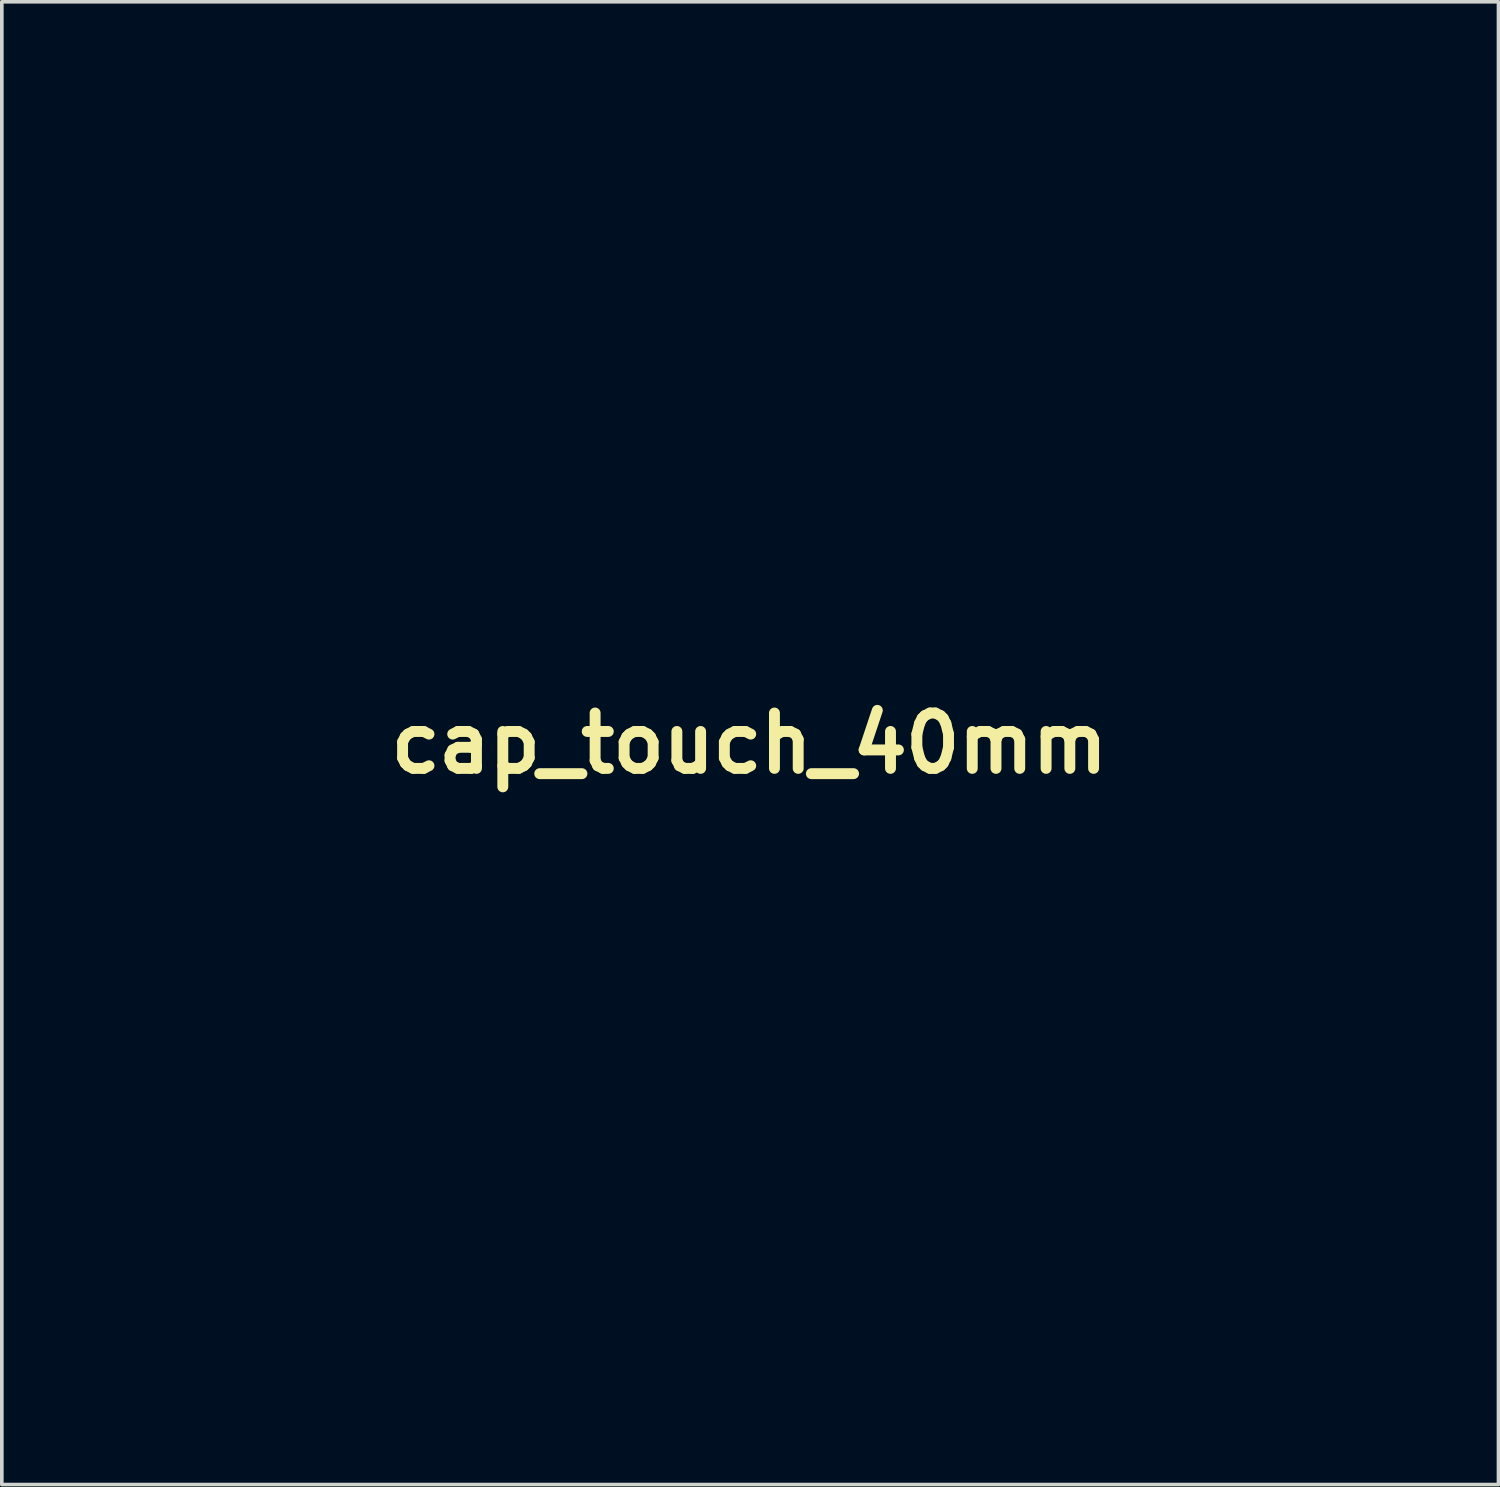
<source format=kicad_pcb>
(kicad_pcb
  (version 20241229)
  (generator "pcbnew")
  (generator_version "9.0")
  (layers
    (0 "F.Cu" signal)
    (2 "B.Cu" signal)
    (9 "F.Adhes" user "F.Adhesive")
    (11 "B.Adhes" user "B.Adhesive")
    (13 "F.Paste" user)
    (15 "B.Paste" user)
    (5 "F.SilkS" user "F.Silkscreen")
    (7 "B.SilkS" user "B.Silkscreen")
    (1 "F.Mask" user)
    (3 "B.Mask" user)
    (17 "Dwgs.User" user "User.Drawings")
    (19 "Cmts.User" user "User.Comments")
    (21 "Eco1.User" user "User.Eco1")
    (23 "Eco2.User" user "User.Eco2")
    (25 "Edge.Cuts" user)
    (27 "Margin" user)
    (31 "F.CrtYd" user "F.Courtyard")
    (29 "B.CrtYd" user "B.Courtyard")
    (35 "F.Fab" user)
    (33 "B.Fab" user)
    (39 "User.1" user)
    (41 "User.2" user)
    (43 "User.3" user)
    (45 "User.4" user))
  (footprint "cap_touch_40mm"
    (layer "F.Cu")
    (at 17.571 17.404)
    (property "Reference" "cap_touch_40mm" (at 0 0 0) (layer "F.SilkS") (effects (font (size 1.524 1.524) (thickness 0.3))))
    (attr through_hole)
    (fp_poly (pts (xy 0.2 -0.772) (xy 0.378 -0.686) (xy 0.516 -0.548) (xy 0.606 -0.375) (xy 0.637 -0.181) (xy 0.6 0.017) (xy 0.552 0.114) (xy 0.404 0.285) (xy 0.217 0.384) (xy 0.006 0.409) (xy -0.216 0.354) (xy -0.241 0.343) (xy -0.415 0.219) (xy -0.527 0.049) (xy -0.572 -0.152) (xy -0.554 -0.279) (xy -0.348 -0.279) (xy -0.341 -0.125) (xy -0.273 0.017) (xy -0.162 0.128) (xy -0.025 0.188) (xy 0.085 0.188) (xy 0.182 0.143) (xy 0.288 0.06) (xy 0.307 0.04) (xy 0.382 -0.062) (xy 0.422 -0.155) (xy 0.423 -0.172) (xy 0.385 -0.334) (xy 0.283 -0.472) (xy 0.139 -0.565) (xy 0.001 -0.593) (xy -0.1 -0.56) (xy -0.211 -0.478) (xy -0.304 -0.373) (xy -0.348 -0.279) (xy -0.554 -0.279) (xy -0.542 -0.367) (xy -0.515 -0.439) (xy -0.403 -0.62) (xy -0.252 -0.733) (xy -0.048 -0.788) (xy -0.008 -0.792) (xy 0.2 -0.772)) (stroke (width 0.01) (type solid)) (fill yes) (layer "F.Mask"))
    (fp_poly (pts (xy 0.325 -1.765) (xy 0.657 -1.669) (xy 0.96 -1.507) (xy 1.159 -1.341) (xy 1.384 -1.061) (xy 1.537 -0.752) (xy 1.619 -0.426) (xy 1.632 -0.094) (xy 1.578 0.232) (xy 1.459 0.541) (xy 1.276 0.823) (xy 1.033 1.065) (xy 0.731 1.255) (xy 0.596 1.315) (xy 0.467 1.353) (xy 0.315 1.374) (xy 0.111 1.386) (xy 0.086 1.387) (xy -0.12 1.39) (xy -0.269 1.382) (xy -0.392 1.359) (xy -0.515 1.316) (xy -0.555 1.3) (xy -0.876 1.132) (xy -1.131 0.922) (xy -1.333 0.659) (xy -1.435 0.468) (xy -1.488 0.344) (xy -1.521 0.228) (xy -1.538 0.095) (xy -1.545 -0.085) (xy -1.545 -0.191) (xy -1.545 -0.193) (xy -1.354 -0.193) (xy -1.316 0.117) (xy -1.268 0.273) (xy -1.119 0.556) (xy -0.905 0.806) (xy -0.643 1.007) (xy -0.353 1.141) (xy -0.339 1.146) (xy -0.147 1.178) (xy 0.086 1.179) (xy 0.324 1.152) (xy 0.525 1.099) (xy 0.781 0.963) (xy 1.016 0.763) (xy 1.209 0.521) (xy 1.296 0.362) (xy 1.394 0.053) (xy 1.415 -0.259) (xy 1.364 -0.563) (xy 1.247 -0.847) (xy 1.07 -1.099) (xy 0.839 -1.31) (xy 0.56 -1.467) (xy 0.294 -1.549) (xy -0.027 -1.576) (xy -0.331 -1.528) (xy -0.61 -1.415) (xy -0.856 -1.246) (xy -1.062 -1.03) (xy -1.219 -0.776) (xy -1.318 -0.494) (xy -1.354 -0.193) (xy -1.545 -0.193) (xy -1.542 -0.399) (xy -1.531 -0.55) (xy -1.506 -0.67) (xy -1.463 -0.787) (xy -1.432 -0.856) (xy -1.279 -1.112) (xy -1.079 -1.348) (xy -0.852 -1.54) (xy -0.698 -1.632) (xy -0.368 -1.749) (xy -0.022 -1.793) (xy 0.325 -1.765)) (stroke (width 0.01) (type solid)) (fill yes) (layer "F.Mask"))
    (fp_poly (pts (xy 0.494 -2.756) (xy 0.93 -2.641) (xy 1.335 -2.448) (xy 1.711 -2.176) (xy 1.867 -2.032) (xy 2.17 -1.681) (xy 2.394 -1.3) (xy 2.542 -0.886) (xy 2.616 -0.433) (xy 2.625 -0.191) (xy 2.585 0.282) (xy 2.468 0.724) (xy 2.28 1.13) (xy 2.024 1.494) (xy 1.704 1.809) (xy 1.326 2.07) (xy 0.895 2.27) (xy 0.769 2.313) (xy 0.57 2.356) (xy 0.317 2.384) (xy 0.039 2.395) (xy -0.233 2.389) (xy -0.472 2.365) (xy -0.55 2.35) (xy -0.946 2.221) (xy -1.326 2.021) (xy -1.675 1.762) (xy -1.979 1.458) (xy -2.221 1.118) (xy -2.303 0.966) (xy -2.469 0.53) (xy -2.557 0.092) (xy -2.564 -0.167) (xy -2.365 -0.167) (xy -2.346 0.064) (xy -2.307 0.275) (xy -2.177 0.697) (xy -1.98 1.077) (xy -1.725 1.411) (xy -1.418 1.693) (xy -1.069 1.917) (xy -0.686 2.078) (xy -0.278 2.17) (xy 0.147 2.188) (xy 0.52 2.139) (xy 0.899 2.025) (xy 1.244 1.849) (xy 1.571 1.601) (xy 1.698 1.482) (xy 1.993 1.142) (xy 2.208 0.778) (xy 2.345 0.386) (xy 2.408 -0.044) (xy 2.413 -0.218) (xy 2.373 -0.644) (xy 2.259 -1.044) (xy 2.079 -1.411) (xy 1.84 -1.739) (xy 1.55 -2.022) (xy 1.218 -2.254) (xy 0.851 -2.428) (xy 0.457 -2.539) (xy 0.045 -2.579) (xy -0.379 -2.543) (xy -0.504 -2.517) (xy -0.912 -2.379) (xy -1.287 -2.168) (xy -1.619 -1.895) (xy -1.901 -1.569) (xy -2.122 -1.197) (xy -2.274 -0.791) (xy -2.307 -0.656) (xy -2.353 -0.393) (xy -2.365 -0.167) (xy -2.564 -0.167) (xy -2.57 -0.341) (xy -2.513 -0.761) (xy -2.391 -1.161) (xy -2.208 -1.533) (xy -1.968 -1.872) (xy -1.677 -2.168) (xy -1.338 -2.416) (xy -0.957 -2.607) (xy -0.537 -2.734) (xy -0.083 -2.791) (xy 0.025 -2.793) (xy 0.494 -2.756)) (stroke (width 0.01) (type solid)) (fill yes) (layer "F.Mask"))
    (fp_poly (pts (xy 0.496 -3.76) (xy 0.963 -3.681) (xy 1.396 -3.542) (xy 1.812 -3.337) (xy 1.998 -3.222) (xy 2.437 -2.886) (xy 2.814 -2.496) (xy 3.124 -2.057) (xy 3.364 -1.577) (xy 3.53 -1.063) (xy 3.618 -0.52) (xy 3.627 -0.402) (xy 3.617 0.144) (xy 3.53 0.668) (xy 3.37 1.164) (xy 3.144 1.626) (xy 2.856 2.048) (xy 2.511 2.424) (xy 2.115 2.748) (xy 1.674 3.014) (xy 1.192 3.216) (xy 0.675 3.348) (xy 0.254 3.399) (xy 0.042 3.405) (xy -0.18 3.401) (xy -0.367 3.388) (xy -0.381 3.387) (xy -0.932 3.278) (xy -1.449 3.092) (xy -1.926 2.834) (xy -2.36 2.507) (xy -2.742 2.114) (xy -3.07 1.658) (xy -3.086 1.632) (xy -3.163 1.486) (xy -3.251 1.29) (xy -3.337 1.077) (xy -3.379 0.961) (xy -3.44 0.777) (xy -3.483 0.625) (xy -3.511 0.48) (xy -3.529 0.318) (xy -3.541 0.113) (xy -3.547 -0.064) (xy -3.549 -0.191) (xy -3.343 -0.191) (xy -3.303 0.337) (xy -3.185 0.841) (xy -2.993 1.314) (xy -2.733 1.75) (xy -2.41 2.142) (xy -2.027 2.484) (xy -1.591 2.768) (xy -1.105 2.989) (xy -1.04 3.012) (xy -0.569 3.139) (xy -0.098 3.191) (xy 0.388 3.169) (xy 0.783 3.103) (xy 1.036 3.031) (xy 1.323 2.921) (xy 1.612 2.788) (xy 1.872 2.644) (xy 1.972 2.58) (xy 2.354 2.268) (xy 2.687 1.896) (xy 2.964 1.478) (xy 3.18 1.025) (xy 3.329 0.548) (xy 3.408 0.059) (xy 3.41 -0.431) (xy 3.396 -0.565) (xy 3.288 -1.1) (xy 3.105 -1.598) (xy 2.853 -2.054) (xy 2.537 -2.463) (xy 2.16 -2.818) (xy 1.728 -3.116) (xy 1.244 -3.351) (xy 0.868 -3.477) (xy 0.559 -3.539) (xy 0.203 -3.57) (xy -0.166 -3.571) (xy -0.515 -3.54) (xy -0.741 -3.497) (xy -1.122 -3.372) (xy -1.51 -3.192) (xy -1.875 -2.974) (xy -2.19 -2.731) (xy -2.227 -2.697) (xy -2.607 -2.293) (xy -2.907 -1.865) (xy -3.128 -1.409) (xy -3.271 -0.923) (xy -3.337 -0.403) (xy -3.343 -0.191) (xy -3.549 -0.191) (xy -3.553 -0.327) (xy -3.55 -0.532) (xy -3.537 -0.701) (xy -3.513 -0.861) (xy -3.477 -1.025) (xy -3.309 -1.557) (xy -3.07 -2.043) (xy -2.765 -2.481) (xy -2.397 -2.866) (xy -1.97 -3.194) (xy -1.488 -3.461) (xy -0.954 -3.664) (xy -0.944 -3.667) (xy -0.765 -3.717) (xy -0.603 -3.75) (xy -0.433 -3.77) (xy -0.227 -3.78) (xy -0.021 -3.783) (xy 0.496 -3.76)) (stroke (width 0.01) (type solid)) (fill yes) (layer "F.Mask"))
    (fp_poly (pts (xy 0.493 -4.76) (xy 0.825 -4.728) (xy 1.108 -4.68) (xy 1.193 -4.659) (xy 1.779 -4.459) (xy 2.325 -4.188) (xy 2.828 -3.852) (xy 3.28 -3.457) (xy 3.677 -3.009) (xy 4.013 -2.514) (xy 4.282 -1.977) (xy 4.479 -1.405) (xy 4.536 -1.17) (xy 4.582 -0.878) (xy 4.61 -0.537) (xy 4.621 -0.175) (xy 4.613 0.18) (xy 4.586 0.5) (xy 4.559 0.677) (xy 4.398 1.278) (xy 4.166 1.84) (xy 3.869 2.358) (xy 3.511 2.828) (xy 3.098 3.246) (xy 2.637 3.606) (xy 2.132 3.905) (xy 1.589 4.137) (xy 1.013 4.299) (xy 0.411 4.385) (xy 0.015 4.399) (xy -0.224 4.392) (xy -0.469 4.376) (xy -0.687 4.355) (xy -0.806 4.337) (xy -1.387 4.19) (xy -1.941 3.969) (xy -2.46 3.678) (xy -2.937 3.325) (xy -3.366 2.916) (xy -3.738 2.456) (xy -4.048 1.953) (xy -4.287 1.412) (xy -4.34 1.256) (xy -4.491 0.652) (xy -4.562 0.05) (xy -4.559 -0.231) (xy -4.352 -0.231) (xy -4.319 0.333) (xy -4.211 0.898) (xy -4.023 1.458) (xy -3.89 1.752) (xy -3.591 2.263) (xy -3.23 2.723) (xy -2.815 3.127) (xy -2.354 3.473) (xy -1.853 3.755) (xy -1.321 3.97) (xy -0.764 4.115) (xy -0.191 4.185) (xy 0.39 4.177) (xy 0.767 4.129) (xy 1.352 3.985) (xy 1.903 3.766) (xy 2.415 3.479) (xy 2.882 3.128) (xy 3.298 2.718) (xy 3.658 2.256) (xy 3.956 1.747) (xy 4.187 1.197) (xy 4.323 0.711) (xy 4.38 0.355) (xy 4.408 -0.042) (xy 4.406 -0.448) (xy 4.374 -0.829) (xy 4.339 -1.037) (xy 4.175 -1.625) (xy 3.938 -2.175) (xy 3.633 -2.682) (xy 3.267 -3.141) (xy 2.844 -3.547) (xy 2.369 -3.894) (xy 1.849 -4.178) (xy 1.288 -4.394) (xy 0.702 -4.533) (xy 0.415 -4.564) (xy 0.077 -4.571) (xy -0.284 -4.556) (xy -0.638 -4.521) (xy -0.958 -4.468) (xy -1.122 -4.428) (xy -1.693 -4.222) (xy -2.216 -3.952) (xy -2.69 -3.623) (xy -3.11 -3.243) (xy -3.473 -2.818) (xy -3.778 -2.353) (xy -4.022 -1.856) (xy -4.2 -1.332) (xy -4.311 -0.788) (xy -4.352 -0.231) (xy -4.559 -0.231) (xy -4.556 -0.542) (xy -4.476 -1.12) (xy -4.327 -1.677) (xy -4.111 -2.208) (xy -3.832 -2.705) (xy -3.493 -3.165) (xy -3.099 -3.58) (xy -2.652 -3.944) (xy -2.157 -4.253) (xy -1.615 -4.499) (xy -1.032 -4.678) (xy -0.818 -4.723) (xy -0.543 -4.759) (xy -0.216 -4.777) (xy 0.138 -4.777) (xy 0.493 -4.76)) (stroke (width 0.01) (type solid)) (fill yes) (layer "F.Mask"))
    (fp_poly (pts (xy 0.991 -8.746) (xy 1.786 -8.62) (xy 2.572 -8.419) (xy 3.343 -8.142) (xy 4.095 -7.786) (xy 4.575 -7.51) (xy 5.272 -7.03) (xy 5.912 -6.489) (xy 6.492 -5.892) (xy 7.009 -5.241) (xy 7.462 -4.542) (xy 7.847 -3.797) (xy 8.161 -3.011) (xy 8.403 -2.188) (xy 8.539 -1.528) (xy 8.573 -1.255) (xy 8.598 -0.921) (xy 8.612 -0.546) (xy 8.616 -0.151) (xy 8.61 0.241) (xy 8.594 0.61) (xy 8.568 0.935) (xy 8.537 1.164) (xy 8.348 2.022) (xy 8.084 2.841) (xy 7.747 3.62) (xy 7.34 4.355) (xy 6.864 5.043) (xy 6.321 5.683) (xy 5.713 6.27) (xy 5.042 6.801) (xy 4.311 7.275) (xy 4.308 7.277) (xy 3.6 7.642) (xy 2.845 7.939) (xy 2.052 8.167) (xy 1.23 8.323) (xy 0.72 8.382) (xy 0.401 8.405) (xy 0.118 8.416) (xy -0.163 8.413) (xy -0.473 8.398) (xy -0.741 8.378) (xy -1.518 8.273) (xy -2.295 8.089) (xy -3.061 7.831) (xy -3.805 7.503) (xy -4.516 7.109) (xy -5.183 6.656) (xy -5.672 6.257) (xy -6.271 5.673) (xy -6.803 5.044) (xy -7.266 4.375) (xy -7.659 3.671) (xy -7.983 2.938) (xy -8.236 2.182) (xy -8.419 1.408) (xy -8.53 0.621) (xy -8.569 -0.172) (xy -8.568 -0.191) (xy -8.345 -0.191) (xy -8.305 0.656) (xy -8.183 1.479) (xy -7.981 2.277) (xy -7.698 3.051) (xy -7.334 3.797) (xy -6.95 4.428) (xy -6.44 5.119) (xy -5.877 5.743) (xy -5.261 6.301) (xy -4.592 6.793) (xy -3.872 7.217) (xy -3.101 7.574) (xy -2.64 7.747) (xy -1.858 7.973) (xy -1.052 8.119) (xy -0.234 8.187) (xy 0.588 8.173) (xy 1.246 8.103) (xy 2.052 7.942) (xy 2.832 7.704) (xy 3.581 7.393) (xy 4.294 7.013) (xy 4.965 6.569) (xy 5.592 6.065) (xy 6.167 5.504) (xy 6.688 4.891) (xy 7.148 4.231) (xy 7.544 3.527) (xy 7.869 2.784) (xy 8.09 2.117) (xy 8.282 1.29) (xy 8.39 0.461) (xy 8.415 -0.366) (xy 8.359 -1.186) (xy 8.222 -1.994) (xy 8.004 -2.786) (xy 7.707 -3.557) (xy 7.331 -4.302) (xy 6.992 -4.851) (xy 6.491 -5.522) (xy 5.939 -6.131) (xy 5.338 -6.676) (xy 4.696 -7.156) (xy 4.016 -7.569) (xy 3.304 -7.913) (xy 2.566 -8.188) (xy 1.806 -8.391) (xy 1.03 -8.522) (xy 0.243 -8.579) (xy -0.55 -8.561) (xy -1.344 -8.466) (xy -2.133 -8.292) (xy -2.912 -8.039) (xy -3.589 -7.747) (xy -4.185 -7.435) (xy -4.724 -7.094) (xy -5.233 -6.709) (xy -5.737 -6.26) (xy -5.774 -6.224) (xy -6.358 -5.605) (xy -6.87 -4.943) (xy -7.309 -4.241) (xy -7.672 -3.503) (xy -7.959 -2.733) (xy -8.167 -1.933) (xy -8.297 -1.107) (xy -8.345 -0.259) (xy -8.345 -0.191) (xy -8.568 -0.191) (xy -8.535 -0.967) (xy -8.429 -1.758) (xy -8.249 -2.54) (xy -7.995 -3.307) (xy -7.666 -4.053) (xy -7.262 -4.773) (xy -6.815 -5.419) (xy -6.276 -6.06) (xy -5.687 -6.636) (xy -5.052 -7.146) (xy -4.378 -7.59) (xy -3.67 -7.966) (xy -2.934 -8.273) (xy -2.173 -8.511) (xy -1.396 -8.678) (xy -0.605 -8.774) (xy 0.192 -8.796) (xy 0.991 -8.746)) (stroke (width 0.01) (type solid)) (fill yes) (layer "F.Mask"))
    (fp_poly (pts (xy 0.908 -5.729) (xy 1.556 -5.589) (xy 2.182 -5.373) (xy 2.511 -5.223) (xy 2.913 -5.005) (xy 3.271 -4.77) (xy 3.613 -4.499) (xy 3.962 -4.172) (xy 4.003 -4.132) (xy 4.446 -3.64) (xy 4.814 -3.127) (xy 5.111 -2.582) (xy 5.346 -1.994) (xy 5.523 -1.35) (xy 5.535 -1.298) (xy 5.572 -1.06) (xy 5.597 -0.762) (xy 5.61 -0.425) (xy 5.612 -0.073) (xy 5.601 0.272) (xy 5.579 0.587) (xy 5.545 0.848) (xy 5.531 0.922) (xy 5.345 1.59) (xy 5.086 2.22) (xy 4.761 2.808) (xy 4.374 3.347) (xy 3.929 3.835) (xy 3.431 4.265) (xy 2.885 4.635) (xy 2.294 4.938) (xy 1.665 5.171) (xy 1.089 5.313) (xy 0.906 5.34) (xy 0.67 5.364) (xy 0.404 5.383) (xy 0.131 5.397) (xy -0.127 5.404) (xy -0.347 5.403) (xy -0.506 5.393) (xy -0.508 5.392) (xy -0.62 5.376) (xy -0.784 5.349) (xy -0.969 5.317) (xy -1.011 5.309) (xy -1.664 5.148) (xy -2.285 4.913) (xy -2.867 4.607) (xy -3.407 4.236) (xy -3.899 3.805) (xy -4.338 3.317) (xy -4.719 2.779) (xy -5.038 2.195) (xy -5.29 1.57) (xy -5.466 0.92) (xy -5.519 0.586) (xy -5.551 0.201) (xy -5.559 -0.082) (xy -5.358 -0.082) (xy -5.305 0.533) (xy -5.178 1.15) (xy -4.979 1.755) (xy -4.714 2.336) (xy -4.384 2.882) (xy -4.357 2.921) (xy -4.162 3.171) (xy -3.917 3.444) (xy -3.646 3.716) (xy -3.369 3.967) (xy -3.109 4.174) (xy -3.046 4.219) (xy -2.604 4.491) (xy -2.126 4.727) (xy -1.635 4.92) (xy -1.155 5.059) (xy -0.847 5.118) (xy -0.676 5.143) (xy -0.527 5.166) (xy -0.428 5.182) (xy -0.423 5.183) (xy -0.283 5.195) (xy -0.081 5.195) (xy 0.163 5.185) (xy 0.427 5.167) (xy 0.69 5.141) (xy 0.929 5.11) (xy 1.092 5.082) (xy 1.741 4.91) (xy 2.347 4.665) (xy 2.913 4.347) (xy 3.445 3.953) (xy 3.733 3.694) (xy 4.128 3.281) (xy 4.457 2.86) (xy 4.736 2.408) (xy 4.814 2.26) (xy 5.024 1.816) (xy 5.181 1.4) (xy 5.29 0.989) (xy 5.359 0.559) (xy 5.391 0.086) (xy 5.396 -0.233) (xy 5.393 -0.515) (xy 5.387 -0.734) (xy 5.374 -0.912) (xy 5.353 -1.071) (xy 5.321 -1.233) (xy 5.28 -1.409) (xy 5.077 -2.066) (xy 4.809 -2.672) (xy 4.473 -3.232) (xy 4.066 -3.751) (xy 3.851 -3.981) (xy 3.364 -4.416) (xy 2.83 -4.787) (xy 2.256 -5.09) (xy 1.652 -5.324) (xy 1.026 -5.484) (xy 0.387 -5.568) (xy -0.256 -5.574) (xy -0.713 -5.528) (xy -1.376 -5.389) (xy -2.003 -5.176) (xy -2.591 -4.893) (xy -3.134 -4.545) (xy -3.629 -4.137) (xy -4.071 -3.673) (xy -4.456 -3.157) (xy -4.779 -2.595) (xy -5.036 -1.991) (xy -5.223 -1.348) (xy -5.334 -0.684) (xy -5.358 -0.082) (xy -5.559 -0.082) (xy -5.563 -0.207) (xy -5.553 -0.61) (xy -5.522 -0.979) (xy -5.487 -1.201) (xy -5.313 -1.884) (xy -5.066 -2.527) (xy -4.75 -3.127) (xy -4.368 -3.678) (xy -3.923 -4.177) (xy -3.419 -4.621) (xy -2.857 -5.004) (xy -2.34 -5.278) (xy -1.72 -5.522) (xy -1.076 -5.689) (xy -0.417 -5.779) (xy 0.247 -5.792) (xy 0.908 -5.729)) (stroke (width 0.01) (type solid)) (fill yes) (layer "F.Mask"))
    (fp_poly (pts (xy 0.805 -6.754) (xy 1.525 -6.629) (xy 2.23 -6.424) (xy 2.914 -6.14) (xy 3.05 -6.072) (xy 3.569 -5.779) (xy 4.039 -5.452) (xy 4.486 -5.072) (xy 4.698 -4.867) (xy 5.109 -4.423) (xy 5.457 -3.97) (xy 5.762 -3.479) (xy 5.929 -3.164) (xy 6.227 -2.477) (xy 6.443 -1.773) (xy 6.58 -1.058) (xy 6.636 -0.337) (xy 6.613 0.384) (xy 6.511 1.098) (xy 6.33 1.799) (xy 6.07 2.482) (xy 5.733 3.14) (xy 5.511 3.494) (xy 5.06 4.093) (xy 4.554 4.628) (xy 3.994 5.098) (xy 3.382 5.501) (xy 2.72 5.838) (xy 2.009 6.106) (xy 1.418 6.269) (xy 1.156 6.315) (xy 0.831 6.349) (xy 0.464 6.372) (xy 0.078 6.382) (xy -0.306 6.379) (xy -0.667 6.363) (xy -0.984 6.334) (xy -1.143 6.31) (xy -1.864 6.136) (xy -2.553 5.887) (xy -3.206 5.567) (xy -3.816 5.178) (xy -4.38 4.726) (xy -4.89 4.214) (xy -5.342 3.646) (xy -5.731 3.027) (xy -5.864 2.773) (xy -6.04 2.401) (xy -6.178 2.063) (xy -6.292 1.725) (xy -6.392 1.353) (xy -6.443 1.134) (xy -6.476 0.975) (xy -6.501 0.828) (xy -6.519 0.677) (xy -6.53 0.504) (xy -6.536 0.292) (xy -6.539 0.025) (xy -6.539 -0.096) (xy -6.333 -0.096) (xy -6.324 0.282) (xy -6.302 0.628) (xy -6.265 0.919) (xy -6.253 0.985) (xy -6.066 1.707) (xy -5.805 2.387) (xy -5.471 3.026) (xy -5.061 3.627) (xy -4.576 4.19) (xy -4.469 4.298) (xy -3.915 4.799) (xy -3.334 5.22) (xy -2.723 5.563) (xy -2.079 5.831) (xy -1.398 6.025) (xy -1.286 6.049) (xy -1.081 6.092) (xy -0.918 6.123) (xy -0.777 6.144) (xy -0.641 6.158) (xy -0.49 6.165) (xy -0.307 6.166) (xy -0.073 6.164) (xy 0.169 6.16) (xy 0.507 6.151) (xy 0.778 6.138) (xy 1.003 6.117) (xy 1.2 6.088) (xy 1.343 6.059) (xy 2.06 5.857) (xy 2.738 5.583) (xy 3.372 5.24) (xy 3.958 4.832) (xy 4.493 4.365) (xy 4.971 3.841) (xy 5.39 3.265) (xy 5.745 2.641) (xy 6.032 1.974) (xy 6.247 1.267) (xy 6.314 0.962) (xy 6.379 0.513) (xy 6.41 0.019) (xy 6.407 -0.489) (xy 6.37 -0.977) (xy 6.314 -1.343) (xy 6.131 -2.065) (xy 5.872 -2.752) (xy 5.542 -3.4) (xy 5.144 -4.004) (xy 4.68 -4.558) (xy 4.154 -5.058) (xy 3.864 -5.289) (xy 3.253 -5.697) (xy 2.608 -6.029) (xy 1.937 -6.285) (xy 1.245 -6.463) (xy 0.539 -6.561) (xy -0.176 -6.578) (xy -0.893 -6.514) (xy -1.313 -6.437) (xy -2.014 -6.242) (xy -2.679 -5.972) (xy -3.304 -5.633) (xy -3.885 -5.229) (xy -4.416 -4.765) (xy -4.894 -4.244) (xy -5.313 -3.672) (xy -5.671 -3.052) (xy -5.961 -2.391) (xy -6.179 -1.691) (xy -6.231 -1.468) (xy -6.277 -1.192) (xy -6.309 -0.855) (xy -6.328 -0.483) (xy -6.333 -0.096) (xy -6.539 -0.096) (xy -6.539 -0.212) (xy -6.534 -0.61) (xy -6.521 -0.944) (xy -6.495 -1.235) (xy -6.454 -1.503) (xy -6.395 -1.769) (xy -6.314 -2.053) (xy -6.226 -2.326) (xy -5.963 -2.981) (xy -5.624 -3.609) (xy -5.218 -4.199) (xy -4.75 -4.746) (xy -4.229 -5.241) (xy -3.66 -5.676) (xy -3.052 -6.044) (xy -2.773 -6.182) (xy -2.083 -6.457) (xy -1.374 -6.651) (xy -0.651 -6.765) (xy 0.077 -6.799) (xy 0.805 -6.754)) (stroke (width 0.01) (type solid)) (fill yes) (layer "F.Mask"))
    (fp_poly (pts (xy 0.369 -7.767) (xy 0.628 -7.763) (xy 0.836 -7.756) (xy 1.011 -7.743) (xy 1.17 -7.724) (xy 1.329 -7.698) (xy 1.482 -7.668) (xy 2.109 -7.515) (xy 2.695 -7.319) (xy 3.276 -7.069) (xy 3.45 -6.984) (xy 3.9 -6.744) (xy 4.299 -6.497) (xy 4.67 -6.225) (xy 5.037 -5.912) (xy 5.398 -5.567) (xy 5.79 -5.154) (xy 6.121 -4.755) (xy 6.408 -4.349) (xy 6.668 -3.913) (xy 6.767 -3.725) (xy 7.06 -3.107) (xy 7.286 -2.506) (xy 7.449 -1.905) (xy 7.555 -1.285) (xy 7.606 -0.63) (xy 7.609 0.021) (xy 7.572 0.678) (xy 7.493 1.281) (xy 7.365 1.85) (xy 7.186 2.406) (xy 6.949 2.971) (xy 6.861 3.154) (xy 6.472 3.853) (xy 6.017 4.501) (xy 5.502 5.093) (xy 4.932 5.627) (xy 4.311 6.098) (xy 3.643 6.504) (xy 2.934 6.841) (xy 2.188 7.105) (xy 1.41 7.292) (xy 1.355 7.302) (xy 1.085 7.339) (xy 0.755 7.367) (xy 0.388 7.385) (xy 0.01 7.392) (xy -0.358 7.389) (xy -0.692 7.374) (xy -0.967 7.349) (xy -0.987 7.346) (xy -1.78 7.191) (xy -2.542 6.961) (xy -3.268 6.658) (xy -3.953 6.286) (xy -4.593 5.847) (xy -5.184 5.346) (xy -5.721 4.784) (xy -6.2 4.165) (xy -6.616 3.493) (xy -6.771 3.196) (xy -7.075 2.507) (xy -7.301 1.828) (xy -7.453 1.151) (xy -7.55 0.345) (xy -7.561 -0.226) (xy -7.361 -0.226) (xy -7.326 0.515) (xy -7.209 1.257) (xy -7.011 2.011) (xy -6.997 2.053) (xy -6.724 2.772) (xy -6.38 3.453) (xy -5.969 4.091) (xy -5.497 4.683) (xy -4.969 5.222) (xy -4.391 5.706) (xy -3.768 6.129) (xy -3.105 6.487) (xy -2.407 6.776) (xy -1.681 6.99) (xy -1.058 7.108) (xy -0.888 7.133) (xy -0.738 7.155) (xy -0.64 7.169) (xy -0.635 7.17) (xy -0.476 7.183) (xy -0.256 7.19) (xy 0.004 7.189) (xy 0.281 7.182) (xy 0.553 7.169) (xy 0.797 7.151) (xy 0.937 7.135) (xy 1.718 6.99) (xy 2.468 6.769) (xy 3.183 6.475) (xy 3.858 6.112) (xy 4.489 5.684) (xy 5.071 5.195) (xy 5.6 4.648) (xy 6.072 4.046) (xy 6.481 3.394) (xy 6.824 2.695) (xy 7.044 2.117) (xy 7.15 1.784) (xy 7.233 1.491) (xy 7.294 1.217) (xy 7.336 0.943) (xy 7.364 0.649) (xy 7.379 0.316) (xy 7.384 -0.078) (xy 7.384 -0.191) (xy 7.381 -0.593) (xy 7.37 -0.931) (xy 7.348 -1.225) (xy 7.312 -1.494) (xy 7.26 -1.759) (xy 7.187 -2.039) (xy 7.093 -2.356) (xy 7.063 -2.45) (xy 6.8 -3.143) (xy 6.459 -3.812) (xy 6.048 -4.451) (xy 5.573 -5.05) (xy 5.04 -5.601) (xy 4.456 -6.096) (xy 4.011 -6.41) (xy 3.358 -6.786) (xy 2.665 -7.091) (xy 1.942 -7.324) (xy 1.197 -7.482) (xy 0.44 -7.565) (xy -0.321 -7.57) (xy -1.076 -7.497) (xy -1.587 -7.4) (xy -2.339 -7.185) (xy -3.055 -6.896) (xy -3.733 -6.538) (xy -4.366 -6.114) (xy -4.951 -5.63) (xy -5.483 -5.09) (xy -5.958 -4.498) (xy -6.371 -3.86) (xy -6.718 -3.178) (xy -6.994 -2.459) (xy -7.189 -1.735) (xy -7.315 -0.973) (xy -7.361 -0.226) (xy -7.561 -0.226) (xy -7.565 -0.453) (xy -7.499 -1.239) (xy -7.355 -2.008) (xy -7.132 -2.755) (xy -6.834 -3.475) (xy -6.462 -4.162) (xy -6.017 -4.811) (xy -5.501 -5.419) (xy -5.351 -5.573) (xy -4.757 -6.11) (xy -4.117 -6.575) (xy -3.431 -6.97) (xy -2.701 -7.293) (xy -1.929 -7.544) (xy -1.395 -7.67) (xy -1.22 -7.703) (xy -1.057 -7.728) (xy -0.892 -7.746) (xy -0.705 -7.757) (xy -0.48 -7.764) (xy -0.2 -7.767) (xy 0.042 -7.768) (xy 0.369 -7.767)) (stroke (width 0.01) (type solid)) (fill yes) (layer "F.Mask"))
    (fp_poly (pts (xy 0.629 -9.775) (xy 1.512 -9.683) (xy 2.373 -9.511) (xy 3.208 -9.262) (xy 4.011 -8.941) (xy 4.78 -8.549) (xy 5.509 -8.09) (xy 6.195 -7.568) (xy 6.832 -6.985) (xy 7.416 -6.345) (xy 7.943 -5.65) (xy 8.408 -4.905) (xy 8.807 -4.112) (xy 8.953 -3.768) (xy 9.211 -3.052) (xy 9.403 -2.341) (xy 9.533 -1.617) (xy 9.606 -0.86) (xy 9.624 -0.169) (xy 9.606 0.488) (xy 9.552 1.095) (xy 9.457 1.681) (xy 9.316 2.273) (xy 9.142 2.849) (xy 8.828 3.672) (xy 8.441 4.456) (xy 7.985 5.199) (xy 7.465 5.894) (xy 6.885 6.539) (xy 6.249 7.13) (xy 5.563 7.661) (xy 4.829 8.13) (xy 4.053 8.532) (xy 3.239 8.863) (xy 2.391 9.119) (xy 2.391 9.119) (xy 2.062 9.198) (xy 1.768 9.259) (xy 1.489 9.305) (xy 1.202 9.337) (xy 0.889 9.358) (xy 0.528 9.371) (xy 0.191 9.377) (xy -0.097 9.38) (xy -0.365 9.381) (xy -0.597 9.38) (xy -0.781 9.377) (xy -0.901 9.373) (xy -0.931 9.371) (xy -1.866 9.218) (xy -2.754 8.996) (xy -3.596 8.703) (xy -4.393 8.339) (xy -5.148 7.903) (xy -5.863 7.394) (xy -6.538 6.811) (xy -6.6 6.752) (xy -7.226 6.095) (xy -7.783 5.392) (xy -8.268 4.648) (xy -8.679 3.867) (xy -9.014 3.052) (xy -9.269 2.214) (xy -9.354 1.869) (xy -9.419 1.564) (xy -9.468 1.28) (xy -9.502 0.995) (xy -9.525 0.692) (xy -9.538 0.351) (xy -9.542 -0.049) (xy -9.543 -0.212) (xy -9.542 -0.336) (xy -9.35 -0.336) (xy -9.324 0.527) (xy -9.219 1.382) (xy -9.035 2.225) (xy -8.773 3.05) (xy -8.433 3.851) (xy -8.126 4.433) (xy -7.646 5.186) (xy -7.104 5.884) (xy -6.504 6.524) (xy -5.85 7.104) (xy -5.148 7.619) (xy -4.401 8.068) (xy -3.615 8.448) (xy -2.793 8.754) (xy -1.941 8.985) (xy -1.063 9.136) (xy -1.016 9.142) (xy -0.768 9.162) (xy -0.457 9.173) (xy -0.103 9.174) (xy 0.273 9.167) (xy 0.65 9.152) (xy 1.007 9.13) (xy 1.323 9.101) (xy 1.578 9.066) (xy 1.587 9.064) (xy 2.464 8.868) (xy 3.305 8.596) (xy 4.107 8.254) (xy 4.866 7.844) (xy 5.578 7.37) (xy 6.242 6.835) (xy 6.853 6.243) (xy 7.408 5.597) (xy 7.903 4.901) (xy 8.336 4.159) (xy 8.703 3.373) (xy 9.001 2.548) (xy 9.226 1.687) (xy 9.36 0.91) (xy 9.386 0.636) (xy 9.402 0.301) (xy 9.408 -0.071) (xy 9.405 -0.455) (xy 9.392 -0.828) (xy 9.37 -1.166) (xy 9.339 -1.446) (xy 9.337 -1.46) (xy 9.168 -2.339) (xy 8.931 -3.17) (xy 8.623 -3.963) (xy 8.243 -4.724) (xy 8.155 -4.879) (xy 7.666 -5.634) (xy 7.117 -6.332) (xy 6.511 -6.97) (xy 5.853 -7.545) (xy 5.146 -8.055) (xy 4.395 -8.497) (xy 3.604 -8.869) (xy 2.776 -9.167) (xy 1.915 -9.389) (xy 1.08 -9.526) (xy 0.714 -9.557) (xy 0.292 -9.572) (xy -0.157 -9.57) (xy -0.606 -9.551) (xy -1.028 -9.518) (xy -1.297 -9.485) (xy -2.164 -9.317) (xy -3.003 -9.07) (xy -3.81 -8.75) (xy -4.58 -8.359) (xy -5.31 -7.901) (xy -5.993 -7.38) (xy -6.627 -6.798) (xy -7.206 -6.159) (xy -7.725 -5.468) (xy -8.182 -4.727) (xy -8.57 -3.939) (xy -8.655 -3.736) (xy -8.95 -2.905) (xy -9.163 -2.058) (xy -9.297 -1.199) (xy -9.35 -0.336) (xy -9.542 -0.336) (xy -9.542 -0.559) (xy -9.538 -0.839) (xy -9.531 -1.068) (xy -9.519 -1.263) (xy -9.501 -1.44) (xy -9.476 -1.617) (xy -9.445 -1.799) (xy -9.244 -2.698) (xy -8.968 -3.561) (xy -8.617 -4.385) (xy -8.192 -5.168) (xy -7.695 -5.909) (xy -7.127 -6.604) (xy -6.762 -6.99) (xy -6.18 -7.528) (xy -5.573 -8.002) (xy -4.921 -8.426) (xy -4.206 -8.811) (xy -4.17 -8.829) (xy -3.353 -9.184) (xy -2.522 -9.457) (xy -1.672 -9.649) (xy -0.801 -9.761) (xy 0.096 -9.793) (xy 0.629 -9.775)) (stroke (width 0.01) (type solid)) (fill yes) (layer "F.Mask"))
    (fp_poly (pts (xy 0.631 -10.774) (xy 1.569 -10.687) (xy 2.478 -10.52) (xy 3.362 -10.273) (xy 4.222 -9.945) (xy 5.06 -9.536) (xy 5.878 -9.045) (xy 6.54 -8.577) (xy 6.757 -8.402) (xy 7.011 -8.177) (xy 7.286 -7.921) (xy 7.565 -7.648) (xy 7.832 -7.374) (xy 8.071 -7.117) (xy 8.264 -6.892) (xy 8.274 -6.879) (xy 8.843 -6.105) (xy 9.336 -5.295) (xy 9.751 -4.452) (xy 10.088 -3.577) (xy 10.346 -2.671) (xy 10.525 -1.737) (xy 10.567 -1.413) (xy 10.6 -1.025) (xy 10.617 -0.583) (xy 10.62 -0.112) (xy 10.607 0.366) (xy 10.581 0.826) (xy 10.541 1.244) (xy 10.502 1.524) (xy 10.302 2.457) (xy 10.027 3.354) (xy 9.681 4.213) (xy 9.266 5.031) (xy 8.785 5.803) (xy 8.243 6.528) (xy 7.642 7.202) (xy 6.986 7.821) (xy 6.277 8.383) (xy 5.52 8.883) (xy 4.717 9.32) (xy 3.872 9.69) (xy 2.988 9.989) (xy 2.069 10.214) (xy 1.503 10.312) (xy 1.27 10.339) (xy 0.973 10.361) (xy 0.634 10.378) (xy 0.273 10.389) (xy -0.088 10.395) (xy -0.428 10.394) (xy -0.727 10.386) (xy -0.96 10.371) (xy -1.897 10.238) (xy -2.808 10.027) (xy -3.689 9.741) (xy -4.535 9.382) (xy -5.343 8.953) (xy -6.11 8.458) (xy -6.83 7.899) (xy -7.5 7.279) (xy -8.116 6.602) (xy -8.674 5.87) (xy -9.17 5.086) (xy -9.6 4.254) (xy -9.863 3.638) (xy -10.137 2.828) (xy -10.346 1.98) (xy -10.488 1.108) (xy -10.562 0.227) (xy -10.563 -0.045) (xy -10.356 -0.045) (xy -10.302 0.865) (xy -10.166 1.777) (xy -10.14 1.905) (xy -9.911 2.802) (xy -9.604 3.669) (xy -9.223 4.502) (xy -8.772 5.296) (xy -8.254 6.047) (xy -7.672 6.75) (xy -7.03 7.402) (xy -6.331 7.996) (xy -5.578 8.531) (xy -4.776 9) (xy -4.546 9.117) (xy -3.917 9.406) (xy -3.294 9.645) (xy -2.66 9.838) (xy -1.996 9.989) (xy -1.285 10.105) (xy -0.677 10.175) (xy -0.455 10.188) (xy -0.174 10.194) (xy 0.138 10.193) (xy 0.455 10.184) (xy 0.75 10.169) (xy 0.889 10.158) (xy 1.804 10.038) (xy 2.68 9.847) (xy 3.526 9.582) (xy 4.354 9.239) (xy 4.551 9.146) (xy 5.203 8.803) (xy 5.796 8.438) (xy 6.351 8.036) (xy 6.893 7.58) (xy 7.234 7.26) (xy 7.806 6.667) (xy 8.307 6.061) (xy 8.753 5.424) (xy 9.156 4.736) (xy 9.36 4.339) (xy 9.736 3.481) (xy 10.029 2.604) (xy 10.24 1.709) (xy 10.368 0.795) (xy 10.414 -0.138) (xy 10.414 -0.191) (xy 10.373 -1.12) (xy 10.25 -2.032) (xy 10.05 -2.921) (xy 9.774 -3.784) (xy 9.426 -4.615) (xy 9.007 -5.411) (xy 8.52 -6.168) (xy 7.969 -6.88) (xy 7.356 -7.544) (xy 6.683 -8.155) (xy 5.954 -8.71) (xy 5.17 -9.203) (xy 4.654 -9.479) (xy 3.837 -9.847) (xy 3.017 -10.138) (xy 2.172 -10.359) (xy 1.482 -10.487) (xy 1.193 -10.521) (xy 0.842 -10.545) (xy 0.45 -10.559) (xy 0.036 -10.564) (xy -0.377 -10.56) (xy -0.769 -10.546) (xy -1.12 -10.522) (xy -1.408 -10.489) (xy -1.42 -10.487) (xy -2.299 -10.313) (xy -3.158 -10.071) (xy -3.985 -9.765) (xy -4.766 -9.401) (xy -5.311 -9.094) (xy -6.088 -8.572) (xy -6.808 -7.992) (xy -7.467 -7.36) (xy -8.064 -6.679) (xy -8.596 -5.955) (xy -9.063 -5.191) (xy -9.461 -4.393) (xy -9.788 -3.565) (xy -10.044 -2.712) (xy -10.225 -1.837) (xy -10.33 -0.947) (xy -10.356 -0.045) (xy -10.563 -0.045) (xy -10.565 -0.648) (xy -10.498 -1.504) (xy -10.436 -1.926) (xy -10.233 -2.865) (xy -9.954 -3.771) (xy -9.601 -4.639) (xy -9.176 -5.467) (xy -8.681 -6.252) (xy -8.119 -6.99) (xy -7.491 -7.677) (xy -6.8 -8.31) (xy -6.047 -8.887) (xy -5.842 -9.027) (xy -5.031 -9.517) (xy -4.189 -9.928) (xy -3.319 -10.26) (xy -2.423 -10.512) (xy -1.501 -10.683) (xy -0.557 -10.773) (xy -0.335 -10.782) (xy 0.631 -10.774)) (stroke (width 0.01) (type solid)) (fill yes) (layer "F.Mask"))
    (fp_poly (pts (xy 0.3 -11.781) (xy 0.656 -11.775) (xy 0.98 -11.762) (xy 1.251 -11.744) (xy 1.376 -11.731) (xy 2.359 -11.568) (xy 3.313 -11.328) (xy 4.235 -11.013) (xy 5.12 -10.627) (xy 5.965 -10.172) (xy 6.767 -9.652) (xy 7.521 -9.068) (xy 8.225 -8.425) (xy 8.874 -7.724) (xy 9.465 -6.969) (xy 9.994 -6.163) (xy 10.459 -5.308) (xy 10.854 -4.407) (xy 10.95 -4.153) (xy 11.228 -3.27) (xy 11.434 -2.353) (xy 11.568 -1.413) (xy 11.629 -0.463) (xy 11.615 0.485) (xy 11.525 1.417) (xy 11.513 1.499) (xy 11.329 2.463) (xy 11.066 3.401) (xy 10.729 4.307) (xy 10.32 5.178) (xy 9.842 6.01) (xy 9.297 6.798) (xy 8.69 7.538) (xy 8.023 8.226) (xy 7.3 8.858) (xy 6.522 9.429) (xy 5.694 9.937) (xy 5.186 10.202) (xy 4.467 10.531) (xy 3.77 10.798) (xy 3.066 11.011) (xy 2.332 11.18) (xy 2.005 11.24) (xy 1.799 11.271) (xy 1.548 11.303) (xy 1.266 11.333) (xy 0.971 11.362) (xy 0.68 11.387) (xy 0.408 11.406) (xy 0.174 11.419) (xy -0.008 11.424) (xy -0.106 11.421) (xy -0.192 11.416) (xy -0.33 11.408) (xy -0.466 11.402) (xy -1.451 11.317) (xy -2.418 11.151) (xy -3.363 10.906) (xy -4.28 10.583) (xy -5.166 10.186) (xy -6.016 9.715) (xy -6.825 9.173) (xy -7.589 8.562) (xy -8.304 7.884) (xy -8.341 7.846) (xy -8.895 7.229) (xy -9.386 6.595) (xy -9.829 5.925) (xy -10.237 5.198) (xy -10.372 4.932) (xy -10.745 4.103) (xy -11.044 3.277) (xy -11.277 2.432) (xy -11.45 1.546) (xy -11.457 1.503) (xy -11.492 1.21) (xy -11.518 0.852) (xy -11.534 0.449) (xy -11.542 0.016) (xy -11.541 -0.426) (xy -11.54 -0.444) (xy -11.327 -0.444) (xy -11.327 -0.057) (xy -11.32 0.325) (xy -11.308 0.688) (xy -11.289 1.012) (xy -11.266 1.28) (xy -11.247 1.418) (xy -11.052 2.389) (xy -10.797 3.306) (xy -10.477 4.176) (xy -10.089 5.01) (xy -9.631 5.814) (xy -9.097 6.597) (xy -8.988 6.742) (xy -8.771 7.01) (xy -8.501 7.313) (xy -8.196 7.635) (xy -7.871 7.96) (xy -7.542 8.273) (xy -7.225 8.557) (xy -6.936 8.797) (xy -6.837 8.873) (xy -6.007 9.444) (xy -5.149 9.935) (xy -4.265 10.346) (xy -3.358 10.676) (xy -2.428 10.925) (xy -1.477 11.093) (xy -0.508 11.178) (xy 0.477 11.181) (xy 1.206 11.13) (xy 2.142 10.995) (xy 3.065 10.779) (xy 3.969 10.484) (xy 4.847 10.114) (xy 5.693 9.671) (xy 6.502 9.158) (xy 7.266 8.58) (xy 7.979 7.937) (xy 8.043 7.874) (xy 8.382 7.527) (xy 8.676 7.202) (xy 8.945 6.875) (xy 9.209 6.524) (xy 9.486 6.123) (xy 9.527 6.062) (xy 10.028 5.234) (xy 10.454 4.37) (xy 10.805 3.475) (xy 11.078 2.555) (xy 11.272 1.615) (xy 11.386 0.661) (xy 11.419 -0.301) (xy 11.369 -1.267) (xy 11.324 -1.672) (xy 11.156 -2.624) (xy 10.909 -3.553) (xy 10.585 -4.455) (xy 10.186 -5.325) (xy 9.717 -6.159) (xy 9.178 -6.952) (xy 8.574 -7.7) (xy 7.907 -8.399) (xy 7.18 -9.043) (xy 6.396 -9.629) (xy 6.257 -9.723) (xy 5.943 -9.917) (xy 5.573 -10.126) (xy 5.17 -10.337) (xy 4.757 -10.538) (xy 4.359 -10.719) (xy 3.999 -10.865) (xy 3.937 -10.888) (xy 3.004 -11.185) (xy 2.058 -11.398) (xy 1.106 -11.531) (xy 0.151 -11.581) (xy -0.802 -11.551) (xy -1.748 -11.441) (xy -2.682 -11.252) (xy -3.6 -10.983) (xy -4.497 -10.636) (xy -5.368 -10.211) (xy -6.208 -9.708) (xy -6.265 -9.67) (xy -6.841 -9.255) (xy -7.419 -8.78) (xy -7.976 -8.264) (xy -8.489 -7.729) (xy -8.817 -7.345) (xy -9.39 -6.571) (xy -9.895 -5.747) (xy -10.331 -4.879) (xy -10.696 -3.97) (xy -10.988 -3.025) (xy -11.205 -2.048) (xy -11.267 -1.672) (xy -11.292 -1.447) (xy -11.31 -1.156) (xy -11.322 -0.816) (xy -11.327 -0.444) (xy -11.54 -0.444) (xy -11.531 -0.861) (xy -11.512 -1.271) (xy -11.484 -1.637) (xy -11.448 -1.942) (xy -11.437 -2.011) (xy -11.226 -3.014) (xy -10.945 -3.969) (xy -10.594 -4.878) (xy -10.171 -5.743) (xy -9.676 -6.566) (xy -9.107 -7.351) (xy -8.463 -8.098) (xy -8.013 -8.555) (xy -7.271 -9.216) (xy -6.488 -9.803) (xy -5.663 -10.316) (xy -4.796 -10.756) (xy -3.889 -11.122) (xy -2.941 -11.413) (xy -1.954 -11.631) (xy -1.291 -11.732) (xy -1.064 -11.753) (xy -0.771 -11.768) (xy -0.434 -11.778) (xy -0.07 -11.783) (xy 0.3 -11.781)) (stroke (width 0.01) (type solid)) (fill yes) (layer "F.Mask"))
    (fp_poly (pts (xy 3.859 -17.387) (xy 4 -17.355) (xy 4.194 -17.305) (xy 4.425 -17.244) (xy 4.68 -17.173) (xy 4.944 -17.098) (xy 5.203 -17.022) (xy 5.442 -16.95) (xy 5.646 -16.885) (xy 5.701 -16.867) (xy 6.806 -16.45) (xy 7.887 -15.953) (xy 8.939 -15.382) (xy 9.954 -14.738) (xy 10.927 -14.026) (xy 11.686 -13.396) (xy 12.011 -13.099) (xy 12.365 -12.756) (xy 12.728 -12.385) (xy 13.083 -12.008) (xy 13.41 -11.642) (xy 13.691 -11.309) (xy 13.704 -11.292) (xy 14.453 -10.297) (xy 15.122 -9.271) (xy 15.712 -8.214) (xy 16.225 -7.125) (xy 16.659 -6.003) (xy 17.017 -4.846) (xy 17.298 -3.653) (xy 17.49 -2.519) (xy 17.525 -2.202) (xy 17.555 -1.818) (xy 17.578 -1.383) (xy 17.594 -0.916) (xy 17.604 -0.432) (xy 17.607 0.051) (xy 17.602 0.516) (xy 17.59 0.946) (xy 17.57 1.324) (xy 17.55 1.566) (xy 17.42 2.558) (xy 17.238 3.542) (xy 17.011 4.49) (xy 16.894 4.904) (xy 16.801 5.214) (xy 16.581 5.008) (xy 16.135 4.645) (xy 15.653 4.352) (xy 15.145 4.134) (xy 14.616 3.99) (xy 14.075 3.924) (xy 13.53 3.936) (xy 12.989 4.03) (xy 12.775 4.09) (xy 12.227 4.306) (xy 11.729 4.587) (xy 11.284 4.932) (xy 10.898 5.336) (xy 10.572 5.796) (xy 10.31 6.307) (xy 10.116 6.866) (xy 10.088 6.975) (xy 10.044 7.238) (xy 10.021 7.583) (xy 10.017 7.811) (xy 10.032 8.234) (xy 10.085 8.61) (xy 10.182 8.967) (xy 10.329 9.338) (xy 10.375 9.437) (xy 10.567 9.8) (xy 10.785 10.122) (xy 11.049 10.429) (xy 11.271 10.649) (xy 11.677 10.986) (xy 12.115 11.255) (xy 12.603 11.467) (xy 12.696 11.499) (xy 13.102 11.636) (xy 12.467 12.266) (xy 11.557 13.11) (xy 10.604 13.882) (xy 9.609 14.58) (xy 8.576 15.204) (xy 7.506 15.753) (xy 6.4 16.226) (xy 5.262 16.622) (xy 4.093 16.939) (xy 2.895 17.178) (xy 1.671 17.336) (xy 1.46 17.355) (xy 1.277 17.367) (xy 1.027 17.376) (xy 0.728 17.383) (xy 0.398 17.388) (xy 0.053 17.39) (xy -0.288 17.391) (xy -0.608 17.388) (xy -0.891 17.384) (xy -1.117 17.376) (xy -1.228 17.37) (xy -2.459 17.236) (xy -3.665 17.021) (xy -4.844 16.726) (xy -5.994 16.352) (xy -7.115 15.899) (xy -8.205 15.367) (xy -9.263 14.757) (xy -10.289 14.069) (xy -11.028 13.508) (xy -11.167 13.393) (xy -11.339 13.242) (xy -11.537 13.065) (xy -11.752 12.868) (xy -11.974 12.662) (xy -12.195 12.454) (xy -12.406 12.252) (xy -12.597 12.066) (xy -12.761 11.903) (xy -12.888 11.772) (xy -12.911 11.746) (xy -12.614 11.746) (xy -12.435 11.931) (xy -12.339 12.027) (xy -12.197 12.164) (xy -12.025 12.326) (xy -11.84 12.498) (xy -11.769 12.564) (xy -10.834 13.368) (xy -9.858 14.097) (xy -8.843 14.752) (xy -7.789 15.332) (xy -6.7 15.836) (xy -5.576 16.263) (xy -4.418 16.613) (xy -3.23 16.885) (xy -2.011 17.078) (xy -1.418 17.142) (xy -1.158 17.159) (xy -0.831 17.17) (xy -0.453 17.174) (xy -0.041 17.173) (xy 0.387 17.166) (xy 0.815 17.154) (xy 1.226 17.138) (xy 1.602 17.117) (xy 1.928 17.093) (xy 2.181 17.065) (xy 3.365 16.869) (xy 4.5 16.608) (xy 5.596 16.28) (xy 6.661 15.88) (xy 7.705 15.407) (xy 8.53 14.974) (xy 8.829 14.8) (xy 9.174 14.584) (xy 9.546 14.341) (xy 9.927 14.082) (xy 10.296 13.822) (xy 10.636 13.572) (xy 10.921 13.351) (xy 11.092 13.209) (xy 11.286 13.042) (xy 11.496 12.856) (xy 11.711 12.662) (xy 11.923 12.465) (xy 12.124 12.277) (xy 12.304 12.104) (xy 12.454 11.954) (xy 12.565 11.838) (xy 12.629 11.762) (xy 12.639 11.736) (xy 12.594 11.713) (xy 12.488 11.666) (xy 12.342 11.605) (xy 12.268 11.575) (xy 11.917 11.433) (xy 11.79 11.55) (xy 11.708 11.626) (xy 11.582 11.743) (xy 11.43 11.884) (xy 11.288 12.016) (xy 10.411 12.775) (xy 9.488 13.464) (xy 8.525 14.083) (xy 7.525 14.631) (xy 6.492 15.107) (xy 5.432 15.51) (xy 4.348 15.84) (xy 3.244 16.095) (xy 2.125 16.275) (xy 0.995 16.38) (xy -0.142 16.407) (xy -1.282 16.357) (xy -2.42 16.228) (xy -3.552 16.021) (xy -4.673 15.733) (xy -5.781 15.365) (xy -6.075 15.253) (xy -7.098 14.806) (xy -8.102 14.282) (xy -9.076 13.689) (xy -10.008 13.032) (xy -10.887 12.319) (xy -11.398 11.855) (xy -11.852 11.424) (xy -12.614 11.746) (xy -12.911 11.746) (xy -12.969 11.681) (xy -12.996 11.64) (xy -12.959 11.613) (xy -12.86 11.572) (xy -12.719 11.524) (xy -12.689 11.515) (xy -12.213 11.332) (xy -12.137 11.29) (xy -11.636 11.29) (xy -11.268 11.65) (xy -10.476 12.37) (xy -9.62 13.042) (xy -8.708 13.661) (xy -7.749 14.221) (xy -6.751 14.718) (xy -5.723 15.146) (xy -5.049 15.383) (xy -3.92 15.708) (xy -2.785 15.952) (xy -1.647 16.113) (xy -0.51 16.191) (xy 0.623 16.185) (xy 0.889 16.171) (xy 2.09 16.059) (xy 3.26 15.868) (xy 4.399 15.598) (xy 5.508 15.25) (xy 6.588 14.821) (xy 7.639 14.314) (xy 8.662 13.726) (xy 9.429 13.221) (xy 9.642 13.068) (xy 9.877 12.89) (xy 10.128 12.694) (xy 10.385 12.487) (xy 10.641 12.276) (xy 10.886 12.069) (xy 11.112 11.872) (xy 11.311 11.693) (xy 11.475 11.539) (xy 11.596 11.418) (xy 11.664 11.335) (xy 11.675 11.303) (xy 11.638 11.265) (xy 11.549 11.189) (xy 11.426 11.091) (xy 11.375 11.052) (xy 11.088 10.832) (xy 10.698 11.2) (xy 9.88 11.915) (xy 9.001 12.578) (xy 8.072 13.181) (xy 7.103 13.719) (xy 6.103 14.186) (xy 5.083 14.576) (xy 4.995 14.606) (xy 3.902 14.926) (xy 2.796 15.165) (xy 1.68 15.323) (xy 0.561 15.4) (xy -0.558 15.397) (xy -1.671 15.315) (xy -2.775 15.155) (xy -3.865 14.916) (xy -4.936 14.6) (xy -5.984 14.206) (xy -7.004 13.737) (xy -7.992 13.192) (xy -8.567 12.829) (xy -8.955 12.565) (xy -9.311 12.309) (xy -9.653 12.046) (xy -10 11.761) (xy -10.371 11.44) (xy -10.684 11.159) (xy -11.052 10.824) (xy -11.167 10.931) (xy -11.273 11.022) (xy -11.406 11.126) (xy -11.459 11.164) (xy -11.636 11.29) (xy -12.137 11.29) (xy -11.751 11.076) (xy -11.319 10.759) (xy -11.223 10.669) (xy -10.837 10.669) (xy -10.806 10.718) (xy -10.718 10.812) (xy -10.583 10.943) (xy -10.411 11.101) (xy -10.212 11.278) (xy -9.994 11.466) (xy -9.768 11.656) (xy -9.543 11.841) (xy -9.328 12.01) (xy -9.241 12.077) (xy -8.305 12.733) (xy -7.332 13.314) (xy -6.321 13.819) (xy -5.274 14.247) (xy -4.193 14.599) (xy -3.08 14.874) (xy -1.934 15.07) (xy -1.206 15.153) (xy -0.932 15.171) (xy -0.593 15.18) (xy -0.207 15.182) (xy 0.208 15.177) (xy 0.631 15.166) (xy 1.044 15.148) (xy 1.43 15.125) (xy 1.767 15.097) (xy 1.975 15.073) (xy 3.117 14.879) (xy 4.23 14.606) (xy 5.312 14.256) (xy 6.359 13.829) (xy 7.37 13.327) (xy 8.341 12.75) (xy 9.272 12.101) (xy 10.159 11.379) (xy 10.579 10.998) (xy 10.925 10.672) (xy 10.684 10.377) (xy 10.443 10.082) (xy 9.974 10.509) (xy 9.095 11.254) (xy 8.185 11.92) (xy 7.243 12.508) (xy 6.269 13.018) (xy 5.263 13.449) (xy 4.226 13.801) (xy 3.158 14.075) (xy 2.058 14.271) (xy 1.344 14.354) (xy 1.079 14.371) (xy 0.751 14.382) (xy 0.376 14.387) (xy -0.026 14.385) (xy -0.439 14.378) (xy -0.844 14.365) (xy -1.223 14.348) (xy -1.559 14.325) (xy -1.834 14.299) (xy -1.905 14.289) (xy -2.997 14.095) (xy -4.064 13.824) (xy -5.103 13.477) (xy -6.108 13.058) (xy -7.075 12.569) (xy -7.999 12.012) (xy -8.874 11.389) (xy -9.697 10.703) (xy -9.982 10.438) (xy -10.383 10.055) (xy -10.451 10.158) (xy -10.517 10.249) (xy -10.612 10.371) (xy -10.679 10.453) (xy -10.764 10.56) (xy -10.821 10.639) (xy -10.837 10.669) (xy -11.223 10.669) (xy -10.935 10.395) (xy -10.62 10.004) (xy -10.543 9.876) (xy -10.264 9.876) (xy -10.011 10.107) (xy -9.463 10.594) (xy -8.951 11.024) (xy -8.464 11.404) (xy -7.987 11.744) (xy -7.507 12.055) (xy -7.011 12.345) (xy -6.484 12.623) (xy -6.287 12.721) (xy -5.401 13.122) (xy -4.512 13.455) (xy -3.603 13.726) (xy -2.661 13.937) (xy -1.671 14.094) (xy -1.143 14.153) (xy -0.995 14.163) (xy -0.78 14.169) (xy -0.514 14.173) (xy -0.214 14.175) (xy 0.104 14.174) (xy 0.422 14.17) (xy 0.724 14.165) (xy 0.992 14.157) (xy 1.21 14.147) (xy 1.333 14.138) (xy 2.425 13.994) (xy 3.497 13.769) (xy 4.544 13.464) (xy 5.564 13.082) (xy 6.551 12.625) (xy 7.502 12.093) (xy 8.412 11.49) (xy 9.277 10.817) (xy 9.941 10.224) (xy 10.322 9.861) (xy 10.146 9.485) (xy 9.97 9.109) (xy 9.461 9.606) (xy 8.687 10.305) (xy 7.864 10.936) (xy 6.999 11.498) (xy 6.095 11.991) (xy 5.158 12.412) (xy 4.192 12.761) (xy 3.203 13.036) (xy 2.194 13.237) (xy 1.171 13.362) (xy 0.138 13.409) (xy -0.899 13.379) (xy -1.937 13.269) (xy -2.97 13.079) (xy -3.796 12.866) (xy -4.785 12.534) (xy -5.751 12.123) (xy -6.687 11.636) (xy -7.587 11.076) (xy -8.446 10.446) (xy -9.259 9.751) (xy -9.462 9.56) (xy -9.626 9.406) (xy -9.766 9.28) (xy -9.872 9.191) (xy -9.935 9.148) (xy -9.948 9.148) (xy -9.965 9.21) (xy -10.011 9.326) (xy -10.077 9.477) (xy -10.106 9.54) (xy -10.264 9.876) (xy -10.543 9.876) (xy -10.506 9.817) (xy -10.381 9.576) (xy -10.259 9.312) (xy -10.151 9.051) (xy -10.08 8.849) (xy -9.85 8.849) (xy -9.296 9.389) (xy -8.607 10.02) (xy -7.905 10.582) (xy -7.171 11.086) (xy -6.389 11.546) (xy -5.706 11.893) (xy -4.753 12.305) (xy -3.771 12.641) (xy -2.767 12.9) (xy -1.749 13.079) (xy -0.724 13.178) (xy 0.302 13.196) (xy 0.931 13.166) (xy 2.013 13.045) (xy 3.064 12.845) (xy 4.084 12.566) (xy 5.073 12.209) (xy 6.029 11.774) (xy 6.951 11.261) (xy 7.839 10.671) (xy 8.691 10.005) (xy 8.923 9.805) (xy 9.12 9.628) (xy 9.317 9.446) (xy 9.494 9.276) (xy 9.633 9.137) (xy 9.667 9.1) (xy 9.787 8.968) (xy 9.856 8.877) (xy 9.887 8.807) (xy 9.887 8.741) (xy 9.881 8.705) (xy 9.861 8.602) (xy 9.837 8.444) (xy 9.811 8.259) (xy 9.804 8.201) (xy 9.757 7.829) (xy 9.589 8.031) (xy 9.038 8.639) (xy 8.415 9.227) (xy 7.734 9.785) (xy 7.006 10.305) (xy 6.244 10.775) (xy 5.736 11.05) (xy 4.849 11.462) (xy 3.952 11.796) (xy 3.036 12.054) (xy 2.092 12.239) (xy 1.112 12.351) (xy 0.339 12.39) (xy -0.634 12.382) (xy -1.565 12.307) (xy -2.472 12.164) (xy -3.368 11.95) (xy -4.271 11.663) (xy -4.389 11.62) (xy -4.904 11.411) (xy -5.455 11.151) (xy -6.022 10.851) (xy -6.585 10.525) (xy -7.121 10.183) (xy -7.612 9.837) (xy -7.832 9.667) (xy -8.038 9.494) (xy -8.284 9.274) (xy -8.551 9.025) (xy -8.823 8.764) (xy -9.082 8.506) (xy -9.311 8.269) (xy -9.488 8.074) (xy -9.737 7.787) (xy -9.738 8.053) (xy -9.748 8.251) (xy -9.774 8.469) (xy -9.794 8.584) (xy -9.85 8.849) (xy -10.08 8.849) (xy -10.071 8.822) (xy -10.054 8.763) (xy -10.003 8.503) (xy -9.971 8.189) (xy -9.956 7.85) (xy -9.961 7.515) (xy -9.986 7.213) (xy -10.01 7.064) (xy -10.162 6.519) (xy -10.388 6.008) (xy -10.683 5.537) (xy -11.04 5.114) (xy -11.453 4.743) (xy -11.917 4.432) (xy -12.426 4.187) (xy -12.764 4.07) (xy -13.296 3.956) (xy -13.838 3.92) (xy -14.379 3.962) (xy -14.909 4.079) (xy -15.418 4.267) (xy -15.895 4.526) (xy -16.329 4.851) (xy -16.41 4.925) (xy -16.721 5.215) (xy -16.767 5.094) (xy -16.796 5.008) (xy -16.841 4.86) (xy -16.896 4.671) (xy -16.954 4.462) (xy -16.956 4.456) (xy -17.219 3.346) (xy -17.409 2.203) (xy -17.525 1.038) (xy -17.563 -0.054) (xy -17.338 -0.054) (xy -17.332 0.415) (xy -17.319 0.86) (xy -17.299 1.265) (xy -17.272 1.611) (xy -17.258 1.736) (xy -17.198 2.17) (xy -17.124 2.629) (xy -17.04 3.094) (xy -16.949 3.548) (xy -16.855 3.971) (xy -16.761 4.346) (xy -16.675 4.645) (xy -16.631 4.782) (xy -16.36 4.573) (xy -16.224 4.471) (xy -16.109 4.387) (xy -16.036 4.336) (xy -16.027 4.331) (xy -16.004 4.305) (xy -15.997 4.254) (xy -16.007 4.162) (xy -16.037 4.017) (xy -16.087 3.806) (xy -16.091 3.789) (xy -16.313 2.722) (xy -16.466 1.621) (xy -16.549 0.5) (xy -16.557 -0.302) (xy -16.346 -0.302) (xy -16.338 0.379) (xy -16.307 1.038) (xy -16.254 1.647) (xy -16.235 1.799) (xy -16.191 2.114) (xy -16.14 2.439) (xy -16.083 2.763) (xy -16.024 3.076) (xy -15.963 3.368) (xy -15.904 3.628) (xy -15.849 3.846) (xy -15.8 4.011) (xy -15.759 4.112) (xy -15.731 4.14) (xy -15.672 4.119) (xy -15.556 4.076) (xy -15.406 4.018) (xy -15.366 4.003) (xy -15.048 3.878) (xy -15.186 3.262) (xy -15.396 2.139) (xy -15.523 1.008) (xy -15.57 -0.126) (xy -15.554 -0.646) (xy -15.351 -0.646) (xy -15.342 0.478) (xy -15.25 1.601) (xy -15.174 2.149) (xy -15.134 2.392) (xy -15.086 2.653) (xy -15.034 2.919) (xy -14.982 3.174) (xy -14.931 3.403) (xy -14.886 3.591) (xy -14.85 3.724) (xy -14.828 3.782) (xy -14.776 3.8) (xy -14.717 3.791) (xy -14.629 3.774) (xy -14.488 3.755) (xy -14.34 3.739) (xy -14.197 3.724) (xy -14.095 3.708) (xy -14.055 3.695) (xy -14.055 3.695) (xy -14.064 3.649) (xy -14.091 3.539) (xy -14.129 3.384) (xy -14.158 3.267) (xy -14.238 2.921) (xy -14.32 2.513) (xy -14.398 2.065) (xy -14.47 1.599) (xy -14.486 1.482) (xy -14.508 1.267) (xy -14.524 0.983) (xy -14.535 0.646) (xy -14.542 0.271) (xy -14.543 -0.126) (xy -14.543 -0.166) (xy -14.333 -0.166) (xy -14.329 0.261) (xy -14.319 0.669) (xy -14.303 1.041) (xy -14.28 1.361) (xy -14.254 1.587) (xy -14.181 2.054) (xy -14.104 2.48) (xy -14.015 2.909) (xy -13.943 3.225) (xy -13.837 3.677) (xy -13.554 3.704) (xy -13.4 3.719) (xy -13.274 3.734) (xy -13.208 3.744) (xy -13.08 3.764) (xy -13.019 3.749) (xy -13.014 3.696) (xy -13.018 3.682) (xy -13.039 3.608) (xy -13.075 3.473) (xy -13.121 3.294) (xy -13.168 3.109) (xy -13.382 2.092) (xy -13.516 1.057) (xy -13.57 0.012) (xy -13.566 -0.169) (xy -13.347 -0.169) (xy -13.337 0.431) (xy -13.306 0.979) (xy -13.251 1.503) (xy -13.17 2.033) (xy -13.085 2.478) (xy -13.038 2.694) (xy -12.984 2.926) (xy -12.927 3.16) (xy -12.87 3.38) (xy -12.818 3.572) (xy -12.775 3.721) (xy -12.744 3.811) (xy -12.732 3.83) (xy -12.69 3.847) (xy -12.588 3.885) (xy -12.446 3.938) (xy -12.404 3.953) (xy -12.229 4.02) (xy -12.066 4.088) (xy -11.946 4.145) (xy -11.938 4.149) (xy -11.844 4.2) (xy -11.79 4.229) (xy -11.786 4.232) (xy -11.797 4.195) (xy -11.83 4.093) (xy -11.879 3.942) (xy -11.941 3.758) (xy -11.941 3.757) (xy -12.216 2.799) (xy -12.412 1.814) (xy -12.53 0.812) (xy -12.568 -0.16) (xy -12.339 -0.16) (xy -12.339 -0.148) (xy -12.337 0.218) (xy -12.331 0.518) (xy -12.32 0.774) (xy -12.303 1.005) (xy -12.28 1.231) (xy -12.247 1.47) (xy -12.239 1.524) (xy -12.144 2.071) (xy -12.019 2.645) (xy -11.872 3.213) (xy -11.712 3.743) (xy -11.647 3.935) (xy -11.566 4.154) (xy -11.501 4.308) (xy -11.442 4.413) (xy -11.381 4.486) (xy -11.336 4.524) (xy -11.152 4.68) (xy -10.943 4.883) (xy -10.733 5.11) (xy -10.542 5.336) (xy -10.394 5.539) (xy -10.389 5.547) (xy -10.115 6.044) (xy -9.906 6.582) (xy -9.769 7.141) (xy -9.753 7.239) (xy -9.719 7.359) (xy -9.647 7.5) (xy -9.531 7.668) (xy -9.366 7.869) (xy -9.149 8.111) (xy -8.874 8.398) (xy -8.763 8.511) (xy -8.024 9.199) (xy -7.236 9.823) (xy -6.403 10.379) (xy -5.532 10.866) (xy -4.628 11.281) (xy -3.696 11.62) (xy -2.741 11.881) (xy -1.77 12.062) (xy -1.439 12.104) (xy -1.248 12.126) (xy -1.075 12.147) (xy -0.947 12.162) (xy -0.91 12.167) (xy -0.833 12.172) (xy -0.684 12.175) (xy -0.478 12.176) (xy -0.228 12.175) (xy 0.052 12.173) (xy 0.233 12.17) (xy 0.646 12.162) (xy 0.993 12.149) (xy 1.293 12.129) (xy 1.564 12.103) (xy 1.824 12.068) (xy 1.838 12.066) (xy 2.843 11.871) (xy 3.823 11.596) (xy 4.773 11.245) (xy 5.688 10.819) (xy 6.565 10.32) (xy 7.398 9.751) (xy 8.184 9.114) (xy 8.604 8.726) (xy 8.921 8.411) (xy 9.198 8.122) (xy 9.429 7.863) (xy 9.611 7.64) (xy 9.739 7.458) (xy 9.809 7.323) (xy 9.822 7.264) (xy 9.845 7.041) (xy 9.909 6.77) (xy 10.004 6.471) (xy 10.124 6.166) (xy 10.261 5.877) (xy 10.408 5.624) (xy 10.409 5.622) (xy 10.65 5.28) (xy 10.903 4.986) (xy 11.199 4.702) (xy 11.25 4.657) (xy 11.39 4.531) (xy 11.486 4.427) (xy 11.556 4.318) (xy 11.62 4.176) (xy 11.673 4.035) (xy 11.977 3.089) (xy 12.201 2.119) (xy 12.347 1.132) (xy 12.413 0.135) (xy 12.399 -0.866) (xy 12.305 -1.863) (xy 12.132 -2.85) (xy 11.914 -3.7) (xy 11.588 -4.654) (xy 11.189 -5.571) (xy 10.72 -6.447) (xy 10.184 -7.279) (xy 9.586 -8.063) (xy 8.928 -8.797) (xy 8.216 -9.476) (xy 7.452 -10.098) (xy 6.641 -10.658) (xy 5.786 -11.154) (xy 4.891 -11.582) (xy 3.959 -11.939) (xy 2.995 -12.22) (xy 2.434 -12.345) (xy 2.19 -12.392) (xy 2.011 -12.421) (xy 1.882 -12.434) (xy 1.786 -12.432) (xy 1.708 -12.416) (xy 1.699 -12.414) (xy 1.587 -12.379) (xy 1.424 -12.328) (xy 1.24 -12.27) (xy 1.185 -12.253) (xy 1.012 -12.203) (xy 0.847 -12.168) (xy 0.666 -12.144) (xy 0.444 -12.128) (xy 0.227 -12.118) (xy -0.131 -12.112) (xy -0.433 -12.124) (xy -0.707 -12.158) (xy -0.982 -12.218) (xy -1.284 -12.308) (xy -1.345 -12.327) (xy -1.529 -12.387) (xy -1.661 -12.422) (xy -1.769 -12.436) (xy -1.88 -12.431) (xy -2.023 -12.412) (xy -2.065 -12.405) (xy -2.718 -12.275) (xy -3.405 -12.092) (xy -4.104 -11.864) (xy -4.791 -11.598) (xy -5.443 -11.303) (xy -5.863 -11.085) (xy -6.749 -10.551) (xy -7.579 -9.953) (xy -8.352 -9.297) (xy -9.065 -8.585) (xy -9.715 -7.821) (xy -10.301 -7.009) (xy -10.819 -6.152) (xy -11.268 -5.254) (xy -11.644 -4.318) (xy -11.947 -3.348) (xy -12.172 -2.348) (xy -12.285 -1.609) (xy -12.303 -1.416) (xy -12.318 -1.157) (xy -12.329 -0.849) (xy -12.336 -0.511) (xy -12.339 -0.16) (xy -12.568 -0.16) (xy -12.569 -0.201) (xy -12.529 -1.216) (xy -12.409 -2.227) (xy -12.293 -2.851) (xy -12.044 -3.827) (xy -11.719 -4.774) (xy -11.32 -5.687) (xy -10.851 -6.562) (xy -10.316 -7.396) (xy -9.718 -8.184) (xy -9.061 -8.923) (xy -8.349 -9.61) (xy -7.585 -10.239) (xy -6.773 -10.808) (xy -5.916 -11.312) (xy -5.018 -11.748) (xy -4.082 -12.113) (xy -3.429 -12.316) (xy -3.175 -12.385) (xy -2.905 -12.452) (xy -2.652 -12.511) (xy -2.448 -12.553) (xy -2.039 -12.63) (xy -2.321 -12.833) (xy -2.476 -12.947) (xy -2.624 -13.058) (xy -2.735 -13.144) (xy -2.745 -13.153) (xy -2.887 -13.268) (xy -3.275 -13.17) (xy -4.224 -12.889) (xy -5.164 -12.528) (xy -6.085 -12.094) (xy -6.975 -11.592) (xy -7.824 -11.027) (xy -8.297 -10.669) (xy -8.536 -10.47) (xy -8.813 -10.221) (xy -9.113 -9.937) (xy -9.423 -9.633) (xy -9.727 -9.323) (xy -10.01 -9.024) (xy -10.257 -8.749) (xy -10.452 -8.516) (xy -11.072 -7.665) (xy -11.623 -6.771) (xy -12.103 -5.839) (xy -12.508 -4.876) (xy -12.836 -3.888) (xy -13.084 -2.882) (xy -13.164 -2.455) (xy -13.232 -2.025) (xy -13.282 -1.635) (xy -13.316 -1.258) (xy -13.337 -0.868) (xy -13.346 -0.435) (xy -13.347 -0.169) (xy -13.566 -0.169) (xy -13.545 -1.035) (xy -13.442 -2.077) (xy -13.26 -3.106) (xy -13.001 -4.116) (xy -12.665 -5.098) (xy -12.569 -5.341) (xy -12.121 -6.321) (xy -11.603 -7.255) (xy -11.02 -8.139) (xy -10.373 -8.97) (xy -9.665 -9.747) (xy -8.901 -10.465) (xy -8.081 -11.122) (xy -7.21 -11.716) (xy -6.291 -12.243) (xy -5.326 -12.701) (xy -4.318 -13.087) (xy -4.086 -13.164) (xy -3.843 -13.239) (xy -3.621 -13.303) (xy -3.493 -13.338) (xy -3.329 -13.38) (xy -3.194 -13.415) (xy -3.112 -13.438) (xy -3.102 -13.441) (xy -3.099 -13.481) (xy -3.15 -13.578) (xy -3.249 -13.724) (xy -3.282 -13.767) (xy -3.384 -13.906) (xy -3.463 -14.021) (xy -3.508 -14.093) (xy -3.514 -14.108) (xy -3.523 -14.122) (xy -3.559 -14.124) (xy -3.629 -14.111) (xy -3.745 -14.08) (xy -3.913 -14.029) (xy -4.146 -13.957) (xy -4.389 -13.879) (xy -5.415 -13.505) (xy -6.404 -13.056) (xy -7.352 -12.536) (xy -8.256 -11.948) (xy -9.113 -11.294) (xy -9.918 -10.577) (xy -10.668 -9.8) (xy -11.361 -8.967) (xy -11.993 -8.08) (xy -12.56 -7.142) (xy -12.954 -6.379) (xy -13.364 -5.441) (xy -13.704 -4.474) (xy -13.978 -3.469) (xy -14.188 -2.417) (xy -14.253 -1.99) (xy -14.282 -1.722) (xy -14.304 -1.39) (xy -14.32 -1.008) (xy -14.33 -0.594) (xy -14.333 -0.166) (xy -14.543 -0.166) (xy -14.54 -0.529) (xy -14.532 -0.923) (xy -14.52 -1.292) (xy -14.503 -1.62) (xy -14.482 -1.893) (xy -14.465 -2.032) (xy -14.28 -3.119) (xy -14.03 -4.157) (xy -13.714 -5.153) (xy -13.327 -6.118) (xy -12.867 -7.06) (xy -12.465 -7.768) (xy -11.892 -8.641) (xy -11.246 -9.481) (xy -10.533 -10.28) (xy -9.759 -11.031) (xy -8.932 -11.727) (xy -8.432 -12.101) (xy -7.684 -12.598) (xy -6.882 -13.06) (xy -6.047 -13.475) (xy -5.2 -13.834) (xy -4.362 -14.126) (xy -4.255 -14.159) (xy -4.057 -14.218) (xy -3.887 -14.27) (xy -3.762 -14.308) (xy -3.7 -14.327) (xy -3.698 -14.328) (xy -3.687 -14.376) (xy -3.717 -14.497) (xy -3.788 -14.689) (xy -3.853 -14.845) (xy -3.906 -14.969) (xy -3.941 -15.042) (xy -3.947 -15.053) (xy -3.995 -15.049) (xy -4.109 -15.02) (xy -4.277 -14.971) (xy -4.485 -14.905) (xy -4.722 -14.827) (xy -4.973 -14.741) (xy -5.226 -14.651) (xy -5.467 -14.563) (xy -5.685 -14.48) (xy -5.802 -14.433) (xy -6.833 -13.964) (xy -7.822 -13.422) (xy -8.767 -12.811) (xy -9.663 -12.135) (xy -10.507 -11.395) (xy -11.296 -10.595) (xy -12.027 -9.739) (xy -12.695 -8.83) (xy -13.297 -7.87) (xy -13.697 -7.133) (xy -14.172 -6.106) (xy -14.568 -5.05) (xy -14.885 -3.972) (xy -15.121 -2.875) (xy -15.277 -1.765) (xy -15.351 -0.646) (xy -15.554 -0.646) (xy -15.535 -1.258) (xy -15.419 -2.383) (xy -15.224 -3.494) (xy -14.949 -4.587) (xy -14.595 -5.656) (xy -14.363 -6.241) (xy -13.883 -7.275) (xy -13.332 -8.264) (xy -12.714 -9.207) (xy -12.032 -10.1) (xy -11.29 -10.94) (xy -10.491 -11.724) (xy -9.638 -12.449) (xy -8.736 -13.111) (xy -7.787 -13.708) (xy -6.794 -14.236) (xy -5.762 -14.693) (xy -4.694 -15.076) (xy -4.508 -15.133) (xy -4.315 -15.193) (xy -4.154 -15.243) (xy -4.041 -15.28) (xy -3.992 -15.298) (xy -3.991 -15.299) (xy -3.992 -15.343) (xy -4.006 -15.445) (xy -4.021 -15.535) (xy -4.046 -15.695) (xy -4.062 -15.845) (xy -4.064 -15.902) (xy -4.077 -15.999) (xy -4.109 -16.044) (xy -4.113 -16.044) (xy -4.192 -16.031) (xy -4.337 -15.993) (xy -4.532 -15.936) (xy -4.763 -15.865) (xy -5.016 -15.783) (xy -5.276 -15.695) (xy -5.529 -15.607) (xy -5.76 -15.522) (xy -5.8 -15.507) (xy -6.876 -15.051) (xy -7.908 -14.525) (xy -8.895 -13.931) (xy -9.832 -13.273) (xy -10.717 -12.555) (xy -11.548 -11.779) (xy -12.323 -10.949) (xy -13.038 -10.068) (xy -13.69 -9.14) (xy -14.278 -8.168) (xy -14.799 -7.155) (xy -15.25 -6.105) (xy -15.628 -5.021) (xy -15.932 -3.906) (xy -16.157 -2.763) (xy -16.234 -2.231) (xy -16.294 -1.633) (xy -16.331 -0.982) (xy -16.346 -0.302) (xy -16.557 -0.302) (xy -16.56 -0.625) (xy -16.499 -1.741) (xy -16.401 -2.603) (xy -16.194 -3.752) (xy -15.907 -4.881) (xy -15.539 -5.986) (xy -15.092 -7.065) (xy -14.568 -8.115) (xy -13.967 -9.133) (xy -13.292 -10.115) (xy -12.833 -10.709) (xy -12.636 -10.941) (xy -12.391 -11.214) (xy -12.113 -11.512) (xy -11.817 -11.819) (xy -11.518 -12.119) (xy -11.232 -12.397) (xy -10.973 -12.637) (xy -10.857 -12.739) (xy -9.929 -13.486) (xy -8.953 -14.163) (xy -7.934 -14.768) (xy -6.874 -15.3) (xy -5.776 -15.757) (xy -4.642 -16.138) (xy -4.307 -16.234) (xy -4.172 -16.273) (xy -4.1 -16.309) (xy -4.07 -16.358) (xy -4.064 -16.44) (xy -4.064 -16.463) (xy -4.056 -16.604) (xy -4.034 -16.773) (xy -4.021 -16.85) (xy -4.001 -16.977) (xy -3.993 -17.067) (xy -3.997 -17.092) (xy -4.046 -17.09) (xy -4.163 -17.066) (xy -4.334 -17.023) (xy -4.547 -16.965) (xy -4.789 -16.895) (xy -5.048 -16.818) (xy -5.309 -16.735) (xy -5.56 -16.653) (xy -5.59 -16.642) (xy -6.713 -16.215) (xy -7.797 -15.714) (xy -8.839 -15.142) (xy -9.835 -14.503) (xy -10.784 -13.8) (xy -11.681 -13.035) (xy -12.524 -12.212) (xy -13.31 -11.333) (xy -14.036 -10.402) (xy -14.699 -9.421) (xy -15.295 -8.395) (xy -15.823 -7.324) (xy -16.278 -6.214) (xy -16.468 -5.673) (xy -16.738 -4.79) (xy -16.958 -3.902) (xy -17.133 -2.984) (xy -17.258 -2.117) (xy -17.288 -1.801) (xy -17.311 -1.419) (xy -17.327 -0.989) (xy -17.336 -0.528) (xy -17.338 -0.054) (xy -17.563 -0.054) (xy -17.566 -0.139) (xy -17.532 -1.319) (xy -17.423 -2.49) (xy -17.312 -3.239) (xy -17.07 -4.406) (xy -16.75 -5.547) (xy -16.354 -6.658) (xy -15.886 -7.735) (xy -15.347 -8.776) (xy -14.742 -9.777) (xy -14.072 -10.734) (xy -13.341 -11.645) (xy -12.551 -12.507) (xy -11.706 -13.315) (xy -10.808 -14.068) (xy -9.86 -14.76) (xy -8.864 -15.39) (xy -7.825 -15.954) (xy -6.744 -16.449) (xy -5.624 -16.871) (xy -5.326 -16.969) (xy -5.089 -17.042) (xy -4.836 -17.116) (xy -4.579 -17.187) (xy -4.332 -17.253) (xy -4.108 -17.309) (xy -3.92 -17.353) (xy -3.782 -17.381) (xy -3.708 -17.389) (xy -3.699 -17.387) (xy -3.698 -17.338) (xy -3.717 -17.233) (xy -3.746 -17.118) (xy -3.798 -16.859) (xy -3.831 -16.548) (xy -3.844 -16.213) (xy -3.837 -15.885) (xy -3.808 -15.592) (xy -3.791 -15.494) (xy -3.636 -14.929) (xy -3.408 -14.406) (xy -3.114 -13.928) (xy -2.758 -13.502) (xy -2.345 -13.132) (xy -1.879 -12.822) (xy -1.365 -12.578) (xy -0.808 -12.403) (xy -0.706 -12.38) (xy -0.44 -12.342) (xy -0.124 -12.323) (xy 0.211 -12.325) (xy 0.533 -12.347) (xy 0.796 -12.386) (xy 1.3 -12.522) (xy 1.585 -12.642) (xy 2.102 -12.642) (xy 2.564 -12.545) (xy 3.577 -12.291) (xy 4.556 -11.961) (xy 5.498 -11.555) (xy 6.401 -11.076) (xy 7.26 -10.524) (xy 8.075 -9.903) (xy 8.841 -9.212) (xy 9.128 -8.923) (xy 9.802 -8.161) (xy 10.413 -7.346) (xy 10.957 -6.484) (xy 11.431 -5.582) (xy 11.83 -4.647) (xy 12.151 -3.686) (xy 12.152 -3.683) (xy 12.375 -2.767) (xy 12.529 -1.815) (xy 12.613 -0.842) (xy 12.626 0.138) (xy 12.567 1.11) (xy 12.463 1.905) (xy 12.388 2.304) (xy 12.291 2.738) (xy 12.178 3.18) (xy 12.057 3.605) (xy 11.934 3.987) (xy 11.863 4.184) (xy 11.883 4.2) (xy 11.966 4.173) (xy 12.07 4.125) (xy 12.245 4.043) (xy 12.443 3.959) (xy 12.552 3.918) (xy 12.806 3.827) (xy 12.922 3.427) (xy 13.031 3.013) (xy 13.136 2.542) (xy 13.232 2.045) (xy 13.312 1.551) (xy 13.322 1.482) (xy 13.352 1.198) (xy 13.375 0.851) (xy 13.391 0.459) (xy 13.399 0.038) (xy 13.4 -0.391) (xy 13.393 -0.812) (xy 13.378 -1.206) (xy 13.357 -1.555) (xy 13.327 -1.841) (xy 13.321 -1.884) (xy 13.189 -2.673) (xy 13.031 -3.4) (xy 12.842 -4.087) (xy 12.617 -4.755) (xy 12.501 -5.059) (xy 12.081 -6.02) (xy 11.604 -6.922) (xy 11.063 -7.774) (xy 10.454 -8.584) (xy 9.771 -9.361) (xy 9.465 -9.675) (xy 8.688 -10.392) (xy 7.87 -11.038) (xy 7.005 -11.616) (xy 6.088 -12.128) (xy 5.44 -12.438) (xy 5.165 -12.554) (xy 4.841 -12.68) (xy 4.488 -12.808) (xy 4.128 -12.931) (xy 3.784 -13.042) (xy 3.476 -13.132) (xy 3.255 -13.189) (xy 2.933 -13.263) (xy 2.68 -13.053) (xy 2.532 -12.934) (xy 2.384 -12.823) (xy 2.267 -12.743) (xy 2.265 -12.742) (xy 2.102 -12.642) (xy 1.585 -12.642) (xy 1.758 -12.714) (xy 2.183 -12.972) (xy 2.591 -13.303) (xy 2.773 -13.479) (xy 2.783 -13.49) (xy 3.165 -13.49) (xy 3.199 -13.467) (xy 3.302 -13.426) (xy 3.46 -13.372) (xy 3.659 -13.31) (xy 3.795 -13.27) (xy 4.805 -12.938) (xy 5.774 -12.533) (xy 6.699 -12.06) (xy 7.579 -11.522) (xy 8.411 -10.922) (xy 9.191 -10.264) (xy 9.917 -9.552) (xy 10.587 -8.788) (xy 11.198 -7.978) (xy 11.746 -7.123) (xy 12.231 -6.228) (xy 12.648 -5.297) (xy 12.995 -4.332) (xy 13.269 -3.338) (xy 13.469 -2.317) (xy 13.59 -1.274) (xy 13.631 -0.212) (xy 13.631 -0.212) (xy 13.6 0.718) (xy 13.511 1.637) (xy 13.365 2.528) (xy 13.208 3.212) (xy 13.158 3.405) (xy 13.117 3.568) (xy 13.09 3.684) (xy 13.081 3.735) (xy 13.118 3.755) (xy 13.21 3.756) (xy 13.24 3.752) (xy 13.375 3.735) (xy 13.546 3.714) (xy 13.641 3.703) (xy 13.884 3.677) (xy 13.948 3.46) (xy 14.004 3.248) (xy 14.067 2.971) (xy 14.132 2.652) (xy 14.196 2.309) (xy 14.254 1.964) (xy 14.304 1.636) (xy 14.336 1.397) (xy 14.365 1.077) (xy 14.388 0.698) (xy 14.402 0.28) (xy 14.409 -0.157) (xy 14.407 -0.591) (xy 14.398 -1.002) (xy 14.38 -1.368) (xy 14.356 -1.651) (xy 14.19 -2.764) (xy 13.946 -3.848) (xy 13.624 -4.901) (xy 13.227 -5.919) (xy 12.756 -6.9) (xy 12.213 -7.84) (xy 11.599 -8.738) (xy 10.916 -9.589) (xy 10.166 -10.392) (xy 9.35 -11.144) (xy 8.47 -11.841) (xy 8.297 -11.966) (xy 7.532 -12.47) (xy 6.706 -12.935) (xy 5.837 -13.353) (xy 4.942 -13.715) (xy 4.171 -13.973) (xy 3.95 -14.04) (xy 3.796 -14.083) (xy 3.694 -14.106) (xy 3.631 -14.11) (xy 3.592 -14.096) (xy 3.564 -14.068) (xy 3.556 -14.058) (xy 3.475 -13.95) (xy 3.382 -13.819) (xy 3.291 -13.688) (xy 3.216 -13.576) (xy 3.171 -13.504) (xy 3.165 -13.49) (xy 2.783 -13.49) (xy 3.094 -13.833) (xy 3.348 -14.186) (xy 3.461 -14.393) (xy 3.742 -14.393) (xy 3.752 -14.359) (xy 3.81 -14.321) (xy 3.928 -14.277) (xy 4.116 -14.221) (xy 4.158 -14.21) (xy 4.47 -14.115) (xy 4.834 -13.991) (xy 5.227 -13.845) (xy 5.627 -13.687) (xy 6.01 -13.526) (xy 6.3 -13.395) (xy 7.255 -12.898) (xy 8.175 -12.325) (xy 9.057 -11.677) (xy 9.901 -10.955) (xy 10.373 -10.501) (xy 11.138 -9.677) (xy 11.829 -8.813) (xy 12.445 -7.909) (xy 12.986 -6.966) (xy 13.453 -5.983) (xy 13.845 -4.96) (xy 14.162 -3.897) (xy 14.404 -2.794) (xy 14.569 -1.672) (xy 14.594 -1.381) (xy 14.611 -1.025) (xy 14.62 -0.625) (xy 14.622 -0.199) (xy 14.616 0.231) (xy 14.604 0.646) (xy 14.584 1.026) (xy 14.557 1.351) (xy 14.547 1.439) (xy 14.488 1.877) (xy 14.413 2.333) (xy 14.329 2.781) (xy 14.241 3.191) (xy 14.185 3.418) (xy 14.105 3.725) (xy 14.281 3.728) (xy 14.446 3.739) (xy 14.613 3.763) (xy 14.626 3.765) (xy 14.746 3.789) (xy 14.832 3.804) (xy 14.845 3.805) (xy 14.875 3.768) (xy 14.917 3.661) (xy 14.967 3.497) (xy 15.003 3.352) (xy 15.094 2.938) (xy 15.181 2.475) (xy 15.259 1.998) (xy 15.322 1.537) (xy 15.363 1.157) (xy 15.403 0.515) (xy 15.412 -0.179) (xy 15.394 -0.896) (xy 15.348 -1.61) (xy 15.277 -2.293) (xy 15.195 -2.836) (xy 14.96 -3.94) (xy 14.646 -5.015) (xy 14.257 -6.058) (xy 13.796 -7.066) (xy 13.266 -8.036) (xy 12.668 -8.963) (xy 12.008 -9.845) (xy 11.286 -10.677) (xy 10.506 -11.457) (xy 9.672 -12.18) (xy 8.785 -12.844) (xy 7.849 -13.445) (xy 6.866 -13.979) (xy 5.84 -14.443) (xy 5.503 -14.576) (xy 5.28 -14.659) (xy 5.039 -14.744) (xy 4.796 -14.828) (xy 4.562 -14.904) (xy 4.352 -14.97) (xy 4.179 -15.021) (xy 4.057 -15.053) (xy 3.999 -15.061) (xy 3.997 -15.06) (xy 3.978 -15.018) (xy 3.938 -14.92) (xy 3.887 -14.788) (xy 3.833 -14.644) (xy 3.784 -14.512) (xy 3.749 -14.414) (xy 3.742 -14.393) (xy 3.461 -14.393) (xy 3.55 -14.558) (xy 3.712 -14.974) (xy 3.724 -15.013) (xy 3.795 -15.292) (xy 4.055 -15.292) (xy 4.494 -15.159) (xy 5.585 -14.784) (xy 6.644 -14.333) (xy 7.667 -13.809) (xy 8.646 -13.215) (xy 9.577 -12.554) (xy 9.8 -12.379) (xy 10.027 -12.188) (xy 10.295 -11.947) (xy 10.592 -11.669) (xy 10.903 -11.366) (xy 11.216 -11.053) (xy 11.517 -10.742) (xy 11.793 -10.447) (xy 12.031 -10.181) (xy 12.209 -9.97) (xy 12.898 -9.036) (xy 13.514 -8.064) (xy 14.054 -7.056) (xy 14.517 -6.016) (xy 14.902 -4.945) (xy 15.208 -3.846) (xy 15.365 -3.111) (xy 15.43 -2.752) (xy 15.482 -2.429) (xy 15.522 -2.123) (xy 15.553 -1.816) (xy 15.575 -1.488) (xy 15.591 -1.122) (xy 15.603 -0.697) (xy 15.607 -0.508) (xy 15.611 0.2) (xy 15.592 0.848) (xy 15.55 1.455) (xy 15.481 2.043) (xy 15.384 2.633) (xy 15.257 3.247) (xy 15.216 3.425) (xy 15.174 3.605) (xy 15.143 3.751) (xy 15.125 3.846) (xy 15.123 3.873) (xy 15.17 3.894) (xy 15.272 3.937) (xy 15.405 3.992) (xy 15.548 4.05) (xy 15.677 4.1) (xy 15.768 4.135) (xy 15.798 4.145) (xy 15.828 4.112) (xy 15.866 4.026) (xy 15.871 4.011) (xy 15.915 3.852) (xy 15.969 3.628) (xy 16.029 3.358) (xy 16.09 3.061) (xy 16.149 2.754) (xy 16.202 2.458) (xy 16.244 2.191) (xy 16.252 2.138) (xy 16.379 0.958) (xy 16.421 -0.216) (xy 16.38 -1.38) (xy 16.257 -2.533) (xy 16.052 -3.672) (xy 15.765 -4.793) (xy 15.398 -5.893) (xy 14.95 -6.971) (xy 14.424 -8.023) (xy 13.819 -9.046) (xy 13.544 -9.461) (xy 13.029 -10.166) (xy 12.445 -10.872) (xy 11.808 -11.564) (xy 11.131 -12.227) (xy 10.429 -12.847) (xy 9.717 -13.409) (xy 9.397 -13.639) (xy 8.724 -14.081) (xy 7.997 -14.507) (xy 7.248 -14.902) (xy 6.505 -15.248) (xy 6.227 -15.365) (xy 6.016 -15.448) (xy 5.762 -15.542) (xy 5.483 -15.641) (xy 5.196 -15.74) (xy 4.918 -15.833) (xy 4.665 -15.914) (xy 4.455 -15.977) (xy 4.306 -16.017) (xy 4.291 -16.02) (xy 4.23 -16.031) (xy 4.186 -16.024) (xy 4.156 -15.986) (xy 4.133 -15.904) (xy 4.111 -15.765) (xy 4.086 -15.557) (xy 4.083 -15.53) (xy 4.055 -15.292) (xy 3.795 -15.292) (xy 3.862 -15.553) (xy 3.919 -16.081) (xy 3.897 -16.609) (xy 3.813 -17.078) (xy 4.052 -17.078) (xy 4.054 -16.996) (xy 4.064 -16.944) (xy 4.089 -16.809) (xy 4.114 -16.638) (xy 4.127 -16.539) (xy 4.15 -16.405) (xy 4.181 -16.31) (xy 4.205 -16.279) (xy 5.088 -16.01) (xy 5.902 -15.727) (xy 6.661 -15.423) (xy 7.382 -15.092) (xy 8.079 -14.727) (xy 8.767 -14.32) (xy 9.381 -13.92) (xy 10.324 -13.23) (xy 11.213 -12.478) (xy 12.044 -11.667) (xy 12.814 -10.802) (xy 13.522 -9.886) (xy 14.164 -8.924) (xy 14.737 -7.92) (xy 15.24 -6.878) (xy 15.67 -5.801) (xy 16.024 -4.693) (xy 16.298 -3.56) (xy 16.36 -3.244) (xy 16.436 -2.807) (xy 16.497 -2.407) (xy 16.543 -2.024) (xy 16.575 -1.637) (xy 16.597 -1.228) (xy 16.609 -0.775) (xy 16.613 -0.259) (xy 16.613 -0.233) (xy 16.605 0.483) (xy 16.575 1.138) (xy 16.523 1.755) (xy 16.444 2.355) (xy 16.338 2.961) (xy 16.201 3.595) (xy 16.165 3.744) (xy 16.033 4.293) (xy 16.133 4.358) (xy 16.219 4.42) (xy 16.34 4.515) (xy 16.446 4.601) (xy 16.558 4.692) (xy 16.644 4.757) (xy 16.684 4.781) (xy 16.701 4.743) (xy 16.735 4.635) (xy 16.782 4.469) (xy 16.838 4.259) (xy 16.9 4.017) (xy 16.907 3.99) (xy 17.1 3.127) (xy 17.244 2.293) (xy 17.342 1.46) (xy 17.397 0.602) (xy 17.411 -0.212) (xy 17.369 -1.435) (xy 17.245 -2.639) (xy 17.039 -3.822) (xy 16.753 -4.981) (xy 16.386 -6.115) (xy 15.939 -7.222) (xy 15.413 -8.302) (xy 14.807 -9.351) (xy 14.576 -9.712) (xy 13.877 -10.7) (xy 13.115 -11.632) (xy 12.294 -12.507) (xy 11.418 -13.322) (xy 10.489 -14.074) (xy 9.513 -14.76) (xy 8.491 -15.378) (xy 7.428 -15.925) (xy 6.327 -16.399) (xy 5.191 -16.798) (xy 4.736 -16.933) (xy 4.521 -16.993) (xy 4.332 -17.044) (xy 4.186 -17.081) (xy 4.099 -17.101) (xy 4.084 -17.103) (xy 4.052 -17.078) (xy 3.813 -17.078) (xy 3.812 -17.084) (xy 3.774 -17.264) (xy 3.766 -17.368) (xy 3.784 -17.399) (xy 3.859 -17.387)) (stroke (width 0.01) (type solid)) (fill yes) (layer "F.Mask")))
  (gr_rect
    (start -3 -3)
    (end 38.183 37.799)
    (stroke (width 0.1) (type default))
    (fill no)
    (layer "Edge.Cuts")))
</source>
